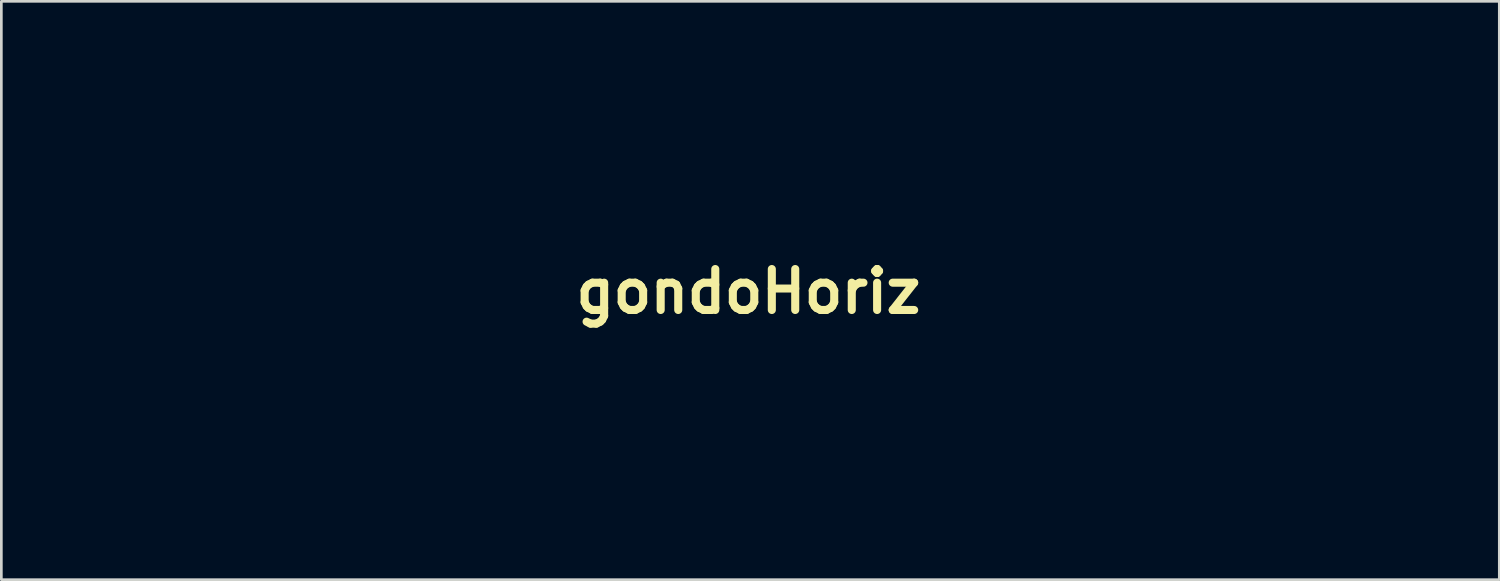
<source format=kicad_pcb>
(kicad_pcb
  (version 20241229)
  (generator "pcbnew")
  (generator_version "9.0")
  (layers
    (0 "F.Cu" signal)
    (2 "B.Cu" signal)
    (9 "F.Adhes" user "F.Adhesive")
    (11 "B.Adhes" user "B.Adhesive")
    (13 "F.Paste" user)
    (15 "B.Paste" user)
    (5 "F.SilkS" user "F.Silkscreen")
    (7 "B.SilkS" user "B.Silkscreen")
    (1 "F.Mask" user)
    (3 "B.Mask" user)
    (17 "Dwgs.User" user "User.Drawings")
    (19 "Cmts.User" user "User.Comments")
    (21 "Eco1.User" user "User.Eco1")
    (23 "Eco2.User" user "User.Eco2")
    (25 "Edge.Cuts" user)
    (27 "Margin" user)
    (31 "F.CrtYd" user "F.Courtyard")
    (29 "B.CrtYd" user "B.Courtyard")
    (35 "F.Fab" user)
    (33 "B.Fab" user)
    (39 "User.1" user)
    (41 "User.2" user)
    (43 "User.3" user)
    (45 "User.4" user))
  (footprint "gondoHoriz"
    (layer "F.Cu")
    (at 24.806 7.798)
    (property "Reference" "gondoHoriz" (at 0 0 0) (layer "F.SilkS") (effects (font (size 1.524 1.524) (thickness 0.3))))
    (attr through_hole)
    (fp_poly (pts (xy 18.118 1.622) (xy 18.174 1.623) (xy 18.215 1.628) (xy 18.25 1.64) (xy 18.288 1.659) (xy 18.347 1.7) (xy 18.401 1.755) (xy 18.446 1.816) (xy 18.474 1.876) (xy 18.477 1.887) (xy 18.48 1.91) (xy 18.483 1.954) (xy 18.485 2.022) (xy 18.486 2.113) (xy 18.488 2.227) (xy 18.489 2.365) (xy 18.49 2.527) (xy 18.491 2.713) (xy 18.491 2.924) (xy 18.491 3.121) (xy 18.491 3.327) (xy 18.491 3.51) (xy 18.491 3.67) (xy 18.491 3.809) (xy 18.49 3.93) (xy 18.489 4.032) (xy 18.487 4.119) (xy 18.485 4.192) (xy 18.482 4.251) (xy 18.478 4.299) (xy 18.473 4.338) (xy 18.467 4.368) (xy 18.46 4.392) (xy 18.451 4.411) (xy 18.442 4.427) (xy 18.43 4.44) (xy 18.417 4.454) (xy 18.403 4.468) (xy 18.402 4.47) (xy 18.362 4.504) (xy 18.312 4.538) (xy 18.276 4.559) (xy 18.229 4.581) (xy 18.187 4.592) (xy 18.14 4.597) (xy 18.107 4.597) (xy 18.053 4.594) (xy 18.002 4.588) (xy 17.967 4.579) (xy 17.89 4.538) (xy 17.821 4.474) (xy 17.783 4.423) (xy 17.736 4.352) (xy 17.732 3.132) (xy 17.731 2.906) (xy 17.731 2.704) (xy 17.731 2.527) (xy 17.731 2.372) (xy 17.732 2.239) (xy 17.733 2.128) (xy 17.734 2.037) (xy 17.736 1.966) (xy 17.737 1.914) (xy 17.74 1.879) (xy 17.742 1.862) (xy 17.768 1.809) (xy 17.813 1.754) (xy 17.871 1.703) (xy 17.937 1.661) (xy 17.938 1.66) (xy 17.982 1.64) (xy 18.019 1.628) (xy 18.061 1.623) (xy 18.117 1.621) (xy 18.118 1.622)) (stroke (width 0.01) (type solid)) (fill yes) (layer "F.Mask"))
    (fp_poly (pts (xy 11.661 -3.695) (xy 11.733 -3.692) (xy 11.787 -3.683) (xy 11.819 -3.671) (xy 11.873 -3.638) (xy 11.928 -3.589) (xy 11.977 -3.532) (xy 12.006 -3.487) (xy 12.033 -3.435) (xy 12.037 -2.23) (xy 12.037 -2.021) (xy 12.038 -1.836) (xy 12.038 -1.673) (xy 12.038 -1.531) (xy 12.038 -1.408) (xy 12.037 -1.303) (xy 12.036 -1.214) (xy 12.034 -1.139) (xy 12.031 -1.078) (xy 12.027 -1.028) (xy 12.022 -0.988) (xy 12.016 -0.956) (xy 12.009 -0.931) (xy 12.001 -0.911) (xy 11.991 -0.895) (xy 11.98 -0.881) (xy 11.967 -0.868) (xy 11.952 -0.854) (xy 11.945 -0.848) (xy 11.867 -0.784) (xy 11.783 -0.743) (xy 11.689 -0.725) (xy 11.65 -0.724) (xy 11.587 -0.726) (xy 11.538 -0.735) (xy 11.493 -0.751) (xy 11.486 -0.754) (xy 11.423 -0.795) (xy 11.363 -0.853) (xy 11.315 -0.92) (xy 11.302 -0.946) (xy 11.298 -0.956) (xy 11.294 -0.967) (xy 11.291 -0.981) (xy 11.289 -1.001) (xy 11.286 -1.027) (xy 11.284 -1.061) (xy 11.283 -1.105) (xy 11.282 -1.16) (xy 11.28 -1.228) (xy 11.28 -1.31) (xy 11.279 -1.408) (xy 11.279 -1.523) (xy 11.278 -1.658) (xy 11.278 -1.813) (xy 11.278 -1.99) (xy 11.278 -2.19) (xy 11.278 -2.213) (xy 11.278 -2.421) (xy 11.278 -2.605) (xy 11.278 -2.766) (xy 11.278 -2.906) (xy 11.279 -3.028) (xy 11.279 -3.132) (xy 11.281 -3.219) (xy 11.283 -3.293) (xy 11.286 -3.353) (xy 11.289 -3.402) (xy 11.294 -3.44) (xy 11.299 -3.471) (xy 11.305 -3.495) (xy 11.313 -3.513) (xy 11.322 -3.528) (xy 11.332 -3.541) (xy 11.344 -3.553) (xy 11.358 -3.567) (xy 11.364 -3.573) (xy 11.402 -3.606) (xy 11.451 -3.64) (xy 11.484 -3.659) (xy 11.525 -3.678) (xy 11.562 -3.689) (xy 11.604 -3.694) (xy 11.661 -3.695) (xy 11.661 -3.695)) (stroke (width 0.01) (type solid)) (fill yes) (layer "F.Mask"))
    (fp_poly (pts (xy 6.174 -3.694) (xy 6.317 -3.693) (xy 6.388 -3.693) (xy 7.029 -3.689) (xy 7.144 -3.654) (xy 7.286 -3.601) (xy 7.418 -3.535) (xy 7.536 -3.459) (xy 7.637 -3.373) (xy 7.717 -3.282) (xy 7.733 -3.258) (xy 7.753 -3.228) (xy 7.77 -3.2) (xy 7.785 -3.174) (xy 7.797 -3.147) (xy 7.807 -3.117) (xy 7.816 -3.081) (xy 7.822 -3.039) (xy 7.827 -2.988) (xy 7.831 -2.926) (xy 7.833 -2.851) (xy 7.834 -2.761) (xy 7.835 -2.653) (xy 7.835 -2.527) (xy 7.834 -2.38) (xy 7.834 -2.21) (xy 7.833 -2.172) (xy 7.83 -1.34) (xy 7.786 -1.252) (xy 7.755 -1.197) (xy 7.715 -1.142) (xy 7.661 -1.082) (xy 7.634 -1.054) (xy 7.541 -0.971) (xy 7.44 -0.901) (xy 7.327 -0.842) (xy 7.197 -0.792) (xy 7.089 -0.759) (xy 7.066 -0.753) (xy 7.042 -0.747) (xy 7.017 -0.743) (xy 6.987 -0.74) (xy 6.95 -0.737) (xy 6.903 -0.735) (xy 6.844 -0.733) (xy 6.771 -0.732) (xy 6.68 -0.731) (xy 6.571 -0.73) (xy 6.44 -0.729) (xy 6.369 -0.729) (xy 6.243 -0.729) (xy 6.122 -0.729) (xy 6.01 -0.729) (xy 5.908 -0.73) (xy 5.821 -0.732) (xy 5.75 -0.733) (xy 5.699 -0.735) (xy 5.671 -0.737) (xy 5.671 -0.737) (xy 5.537 -0.767) (xy 5.399 -0.814) (xy 5.265 -0.876) (xy 5.142 -0.948) (xy 5.099 -0.979) (xy 5.006 -1.064) (xy 4.925 -1.164) (xy 4.872 -1.257) (xy 4.832 -1.34) (xy 4.832 -2.959) (xy 5.537 -2.959) (xy 5.537 -1.46) (xy 7.112 -1.46) (xy 7.112 -2.959) (xy 5.537 -2.959) (xy 4.832 -2.959) (xy 4.832 -3.094) (xy 4.88 -3.19) (xy 4.939 -3.284) (xy 5.019 -3.374) (xy 5.118 -3.457) (xy 5.23 -3.531) (xy 5.353 -3.592) (xy 5.461 -3.632) (xy 5.507 -3.646) (xy 5.55 -3.658) (xy 5.591 -3.668) (xy 5.633 -3.676) (xy 5.678 -3.682) (xy 5.73 -3.687) (xy 5.791 -3.69) (xy 5.863 -3.693) (xy 5.949 -3.694) (xy 6.052 -3.694) (xy 6.174 -3.694)) (stroke (width 0.01) (type solid)) (fill yes) (layer "F.Mask"))
    (fp_poly (pts (xy 13.117 1.616) (xy 13.224 1.619) (xy 13.316 1.623) (xy 13.395 1.63) (xy 13.464 1.638) (xy 13.524 1.649) (xy 13.578 1.661) (xy 13.588 1.664) (xy 13.733 1.714) (xy 13.867 1.78) (xy 13.987 1.86) (xy 14.092 1.951) (xy 14.176 2.051) (xy 14.231 2.14) (xy 14.281 2.242) (xy 14.281 3.105) (xy 14.281 3.279) (xy 14.281 3.429) (xy 14.281 3.558) (xy 14.28 3.667) (xy 14.279 3.758) (xy 14.277 3.834) (xy 14.274 3.897) (xy 14.27 3.947) (xy 14.265 3.988) (xy 14.258 4.022) (xy 14.249 4.049) (xy 14.239 4.073) (xy 14.226 4.095) (xy 14.211 4.117) (xy 14.193 4.141) (xy 14.179 4.16) (xy 14.09 4.267) (xy 13.984 4.358) (xy 13.858 4.435) (xy 13.849 4.44) (xy 13.783 4.473) (xy 13.722 4.502) (xy 13.664 4.525) (xy 13.606 4.545) (xy 13.545 4.56) (xy 13.478 4.572) (xy 13.403 4.582) (xy 13.317 4.588) (xy 13.217 4.592) (xy 13.1 4.595) (xy 12.964 4.596) (xy 12.806 4.596) (xy 12.771 4.596) (xy 12.651 4.595) (xy 12.537 4.594) (xy 12.431 4.593) (xy 12.336 4.591) (xy 12.255 4.589) (xy 12.193 4.587) (xy 12.15 4.585) (xy 12.136 4.583) (xy 11.981 4.551) (xy 11.834 4.501) (xy 11.698 4.436) (xy 11.576 4.357) (xy 11.47 4.266) (xy 11.383 4.164) (xy 11.318 4.055) (xy 11.284 3.981) (xy 11.284 2.362) (xy 11.989 2.362) (xy 11.989 3.861) (xy 13.564 3.861) (xy 13.564 2.362) (xy 11.989 2.362) (xy 11.284 2.362) (xy 11.284 2.228) (xy 11.332 2.131) (xy 11.388 2.042) (xy 11.465 1.954) (xy 11.558 1.872) (xy 11.664 1.799) (xy 11.778 1.738) (xy 11.881 1.697) (xy 11.935 1.679) (xy 11.984 1.665) (xy 12.029 1.653) (xy 12.074 1.643) (xy 12.122 1.636) (xy 12.176 1.63) (xy 12.24 1.626) (xy 12.316 1.623) (xy 12.408 1.62) (xy 12.518 1.618) (xy 12.65 1.617) (xy 12.676 1.616) (xy 12.845 1.615) (xy 12.991 1.615) (xy 13.117 1.616)) (stroke (width 0.01) (type solid)) (fill yes) (layer "F.Mask"))
    (fp_poly (pts (xy -4.394 1.629) (xy -4.32 1.653) (xy -4.255 1.698) (xy -4.215 1.738) (xy -4.198 1.756) (xy -4.183 1.772) (xy -4.171 1.787) (xy -4.16 1.803) (xy -4.15 1.822) (xy -4.143 1.845) (xy -4.136 1.874) (xy -4.131 1.911) (xy -4.127 1.958) (xy -4.124 2.016) (xy -4.122 2.088) (xy -4.12 2.175) (xy -4.119 2.278) (xy -4.118 2.4) (xy -4.117 2.543) (xy -4.116 2.707) (xy -4.115 2.864) (xy -4.108 3.854) (xy -3.111 3.861) (xy -2.929 3.862) (xy -2.77 3.863) (xy -2.633 3.864) (xy -2.516 3.865) (xy -2.417 3.866) (xy -2.335 3.868) (xy -2.268 3.869) (xy -2.214 3.871) (xy -2.172 3.873) (xy -2.139 3.875) (xy -2.114 3.878) (xy -2.095 3.881) (xy -2.081 3.884) (xy -2.069 3.889) (xy -2.058 3.893) (xy -2.057 3.894) (xy -1.98 3.943) (xy -1.915 4.015) (xy -1.882 4.069) (xy -1.865 4.106) (xy -1.854 4.142) (xy -1.849 4.184) (xy -1.848 4.242) (xy -1.849 4.298) (xy -1.853 4.338) (xy -1.862 4.369) (xy -1.878 4.401) (xy -1.883 4.409) (xy -1.938 4.48) (xy -2.013 4.54) (xy -2.072 4.572) (xy -2.082 4.576) (xy -2.093 4.58) (xy -2.106 4.583) (xy -2.124 4.586) (xy -2.148 4.588) (xy -2.178 4.59) (xy -2.218 4.592) (xy -2.268 4.593) (xy -2.331 4.594) (xy -2.407 4.595) (xy -2.498 4.595) (xy -2.605 4.596) (xy -2.732 4.596) (xy -2.877 4.596) (xy -3.045 4.596) (xy -3.235 4.596) (xy -3.353 4.596) (xy -3.537 4.596) (xy -3.712 4.595) (xy -3.876 4.595) (xy -4.028 4.594) (xy -4.167 4.593) (xy -4.29 4.591) (xy -4.396 4.59) (xy -4.483 4.589) (xy -4.551 4.587) (xy -4.596 4.585) (xy -4.617 4.584) (xy -4.618 4.584) (xy -4.661 4.563) (xy -4.709 4.525) (xy -4.757 4.477) (xy -4.8 4.425) (xy -4.82 4.392) (xy -4.858 4.324) (xy -4.858 1.886) (xy -4.82 1.818) (xy -4.774 1.752) (xy -4.714 1.698) (xy -4.636 1.651) (xy -4.594 1.633) (xy -4.55 1.624) (xy -4.492 1.621) (xy -4.482 1.621) (xy -4.394 1.629)) (stroke (width 0.01) (type solid)) (fill yes) (layer "F.Mask"))
    (fp_poly (pts (xy 7.623 1.649) (xy 7.682 1.688) (xy 7.738 1.743) (xy 7.786 1.806) (xy 7.817 1.869) (xy 7.818 1.871) (xy 7.832 1.942) (xy 7.833 2.02) (xy 7.821 2.097) (xy 7.8 2.154) (xy 7.761 2.211) (xy 7.703 2.266) (xy 7.635 2.313) (xy 7.608 2.327) (xy 7.592 2.335) (xy 7.575 2.341) (xy 7.554 2.346) (xy 7.528 2.35) (xy 7.493 2.353) (xy 7.446 2.355) (xy 7.383 2.357) (xy 7.304 2.358) (xy 7.203 2.359) (xy 7.128 2.36) (xy 6.706 2.364) (xy 6.703 3.344) (xy 6.702 3.525) (xy 6.701 3.682) (xy 6.701 3.818) (xy 6.7 3.933) (xy 6.699 4.03) (xy 6.698 4.111) (xy 6.697 4.176) (xy 6.695 4.229) (xy 6.694 4.271) (xy 6.691 4.303) (xy 6.689 4.327) (xy 6.685 4.345) (xy 6.682 4.359) (xy 6.677 4.371) (xy 6.673 4.381) (xy 6.638 4.436) (xy 6.587 4.491) (xy 6.529 4.54) (xy 6.473 4.573) (xy 6.404 4.593) (xy 6.325 4.599) (xy 6.244 4.591) (xy 6.172 4.569) (xy 6.162 4.564) (xy 6.091 4.516) (xy 6.029 4.448) (xy 5.982 4.368) (xy 5.978 4.357) (xy 5.974 4.345) (xy 5.97 4.33) (xy 5.967 4.311) (xy 5.965 4.285) (xy 5.962 4.251) (xy 5.961 4.208) (xy 5.959 4.152) (xy 5.958 4.084) (xy 5.958 4) (xy 5.957 3.899) (xy 5.957 3.78) (xy 5.957 3.64) (xy 5.957 3.477) (xy 5.957 3.338) (xy 5.956 2.364) (xy 5.528 2.36) (xy 5.411 2.359) (xy 5.318 2.358) (xy 5.243 2.356) (xy 5.186 2.354) (xy 5.142 2.352) (xy 5.11 2.349) (xy 5.085 2.344) (xy 5.066 2.339) (xy 5.049 2.332) (xy 5.041 2.329) (xy 4.966 2.281) (xy 4.901 2.214) (xy 4.858 2.146) (xy 4.841 2.108) (xy 4.831 2.07) (xy 4.827 2.023) (xy 4.826 1.978) (xy 4.827 1.923) (xy 4.832 1.883) (xy 4.842 1.85) (xy 4.86 1.815) (xy 4.864 1.807) (xy 4.903 1.754) (xy 4.956 1.705) (xy 5.029 1.658) (xy 5.055 1.643) (xy 5.063 1.639) (xy 5.073 1.636) (xy 5.086 1.633) (xy 5.104 1.63) (xy 5.128 1.628) (xy 5.16 1.626) (xy 5.201 1.624) (xy 5.254 1.623) (xy 5.319 1.622) (xy 5.398 1.621) (xy 5.492 1.62) (xy 5.604 1.62) (xy 5.734 1.62) (xy 5.885 1.619) (xy 6.057 1.619) (xy 6.252 1.619) (xy 6.331 1.619) (xy 7.563 1.619) (xy 7.623 1.649)) (stroke (width 0.01) (type solid)) (fill yes) (layer "F.Mask"))
    (fp_poly (pts (xy 14.909 1.621) (xy 14.941 1.623) (xy 14.972 1.628) (xy 15.002 1.638) (xy 15.034 1.653) (xy 15.07 1.675) (xy 15.111 1.706) (xy 15.159 1.747) (xy 15.217 1.799) (xy 15.285 1.864) (xy 15.367 1.942) (xy 15.463 2.036) (xy 15.553 2.125) (xy 15.659 2.229) (xy 15.776 2.343) (xy 15.897 2.462) (xy 16.02 2.582) (xy 16.139 2.699) (xy 16.25 2.808) (xy 16.349 2.904) (xy 16.377 2.931) (xy 16.758 3.302) (xy 16.77 1.899) (xy 16.806 1.826) (xy 16.856 1.75) (xy 16.923 1.689) (xy 16.992 1.648) (xy 17.048 1.631) (xy 17.117 1.622) (xy 17.19 1.622) (xy 17.256 1.631) (xy 17.286 1.641) (xy 17.343 1.675) (xy 17.401 1.725) (xy 17.451 1.783) (xy 17.473 1.815) (xy 17.507 1.873) (xy 17.507 4.35) (xy 17.472 4.409) (xy 17.416 4.481) (xy 17.34 4.541) (xy 17.278 4.574) (xy 17.235 4.589) (xy 17.191 4.596) (xy 17.135 4.596) (xy 17.128 4.595) (xy 17.091 4.593) (xy 17.058 4.588) (xy 17.027 4.581) (xy 16.996 4.568) (xy 16.962 4.549) (xy 16.924 4.523) (xy 16.879 4.486) (xy 16.826 4.439) (xy 16.763 4.38) (xy 16.687 4.307) (xy 16.596 4.218) (xy 16.523 4.146) (xy 16.396 4.021) (xy 16.27 3.897) (xy 16.145 3.775) (xy 16.023 3.655) (xy 15.906 3.54) (xy 15.794 3.431) (xy 15.689 3.328) (xy 15.592 3.234) (xy 15.504 3.15) (xy 15.428 3.076) (xy 15.363 3.014) (xy 15.312 2.965) (xy 15.276 2.931) (xy 15.256 2.913) (xy 15.252 2.91) (xy 15.249 2.922) (xy 15.247 2.958) (xy 15.245 3.018) (xy 15.243 3.101) (xy 15.242 3.206) (xy 15.241 3.333) (xy 15.24 3.48) (xy 15.24 3.607) (xy 15.24 3.778) (xy 15.239 3.924) (xy 15.238 4.047) (xy 15.237 4.148) (xy 15.235 4.228) (xy 15.232 4.288) (xy 15.229 4.331) (xy 15.226 4.355) (xy 15.225 4.359) (xy 15.196 4.418) (xy 15.148 4.476) (xy 15.085 4.529) (xy 15.039 4.557) (xy 14.994 4.579) (xy 14.957 4.591) (xy 14.915 4.596) (xy 14.87 4.596) (xy 14.817 4.594) (xy 14.768 4.588) (xy 14.735 4.581) (xy 14.687 4.557) (xy 14.636 4.517) (xy 14.586 4.465) (xy 14.546 4.41) (xy 14.541 4.402) (xy 14.504 4.337) (xy 14.504 3.111) (xy 14.503 1.885) (xy 14.537 1.817) (xy 14.576 1.758) (xy 14.631 1.706) (xy 14.708 1.657) (xy 14.726 1.648) (xy 14.765 1.632) (xy 14.813 1.624) (xy 14.873 1.621) (xy 14.909 1.621)) (stroke (width 0.01) (type solid)) (fill yes) (layer "F.Mask"))
    (fp_poly (pts (xy 8.512 -3.69) (xy 8.58 -3.669) (xy 8.639 -3.632) (xy 8.688 -3.584) (xy 8.706 -3.564) (xy 8.722 -3.547) (xy 8.735 -3.531) (xy 8.747 -3.513) (xy 8.757 -3.493) (xy 8.765 -3.469) (xy 8.771 -3.438) (xy 8.777 -3.399) (xy 8.781 -3.35) (xy 8.783 -3.29) (xy 8.786 -3.216) (xy 8.787 -3.127) (xy 8.788 -3.021) (xy 8.788 -2.896) (xy 8.788 -2.751) (xy 8.788 -2.583) (xy 8.788 -2.442) (xy 8.788 -1.461) (xy 9.789 -1.458) (xy 9.972 -1.457) (xy 10.132 -1.456) (xy 10.27 -1.456) (xy 10.388 -1.455) (xy 10.488 -1.454) (xy 10.571 -1.453) (xy 10.638 -1.451) (xy 10.693 -1.45) (xy 10.735 -1.448) (xy 10.768 -1.446) (xy 10.793 -1.443) (xy 10.812 -1.44) (xy 10.826 -1.436) (xy 10.837 -1.432) (xy 10.839 -1.431) (xy 10.904 -1.391) (xy 10.965 -1.332) (xy 11.015 -1.262) (xy 11.021 -1.251) (xy 11.039 -1.214) (xy 11.049 -1.179) (xy 11.054 -1.137) (xy 11.055 -1.079) (xy 11.054 -1.019) (xy 11.048 -0.975) (xy 11.037 -0.94) (xy 11.027 -0.919) (xy 10.987 -0.863) (xy 10.931 -0.809) (xy 10.865 -0.763) (xy 10.84 -0.749) (xy 10.83 -0.745) (xy 10.82 -0.741) (xy 10.807 -0.738) (xy 10.791 -0.735) (xy 10.768 -0.733) (xy 10.738 -0.731) (xy 10.7 -0.729) (xy 10.651 -0.728) (xy 10.591 -0.727) (xy 10.517 -0.726) (xy 10.428 -0.725) (xy 10.322 -0.725) (xy 10.199 -0.724) (xy 10.056 -0.724) (xy 9.891 -0.724) (xy 9.704 -0.724) (xy 9.55 -0.724) (xy 9.344 -0.724) (xy 9.163 -0.724) (xy 9.004 -0.725) (xy 8.865 -0.725) (xy 8.746 -0.725) (xy 8.645 -0.726) (xy 8.559 -0.727) (xy 8.489 -0.728) (xy 8.431 -0.729) (xy 8.385 -0.731) (xy 8.348 -0.732) (xy 8.321 -0.735) (xy 8.3 -0.737) (xy 8.284 -0.74) (xy 8.272 -0.743) (xy 8.263 -0.747) (xy 8.261 -0.748) (xy 8.213 -0.778) (xy 8.162 -0.825) (xy 8.115 -0.88) (xy 8.079 -0.937) (xy 8.078 -0.938) (xy 8.074 -0.947) (xy 8.07 -0.957) (xy 8.066 -0.969) (xy 8.064 -0.984) (xy 8.061 -1.006) (xy 8.059 -1.034) (xy 8.057 -1.07) (xy 8.056 -1.117) (xy 8.055 -1.175) (xy 8.054 -1.247) (xy 8.053 -1.333) (xy 8.052 -1.436) (xy 8.052 -1.556) (xy 8.052 -1.696) (xy 8.052 -1.857) (xy 8.052 -2.04) (xy 8.052 -2.213) (xy 8.052 -3.437) (xy 8.084 -3.502) (xy 8.127 -3.564) (xy 8.189 -3.621) (xy 8.262 -3.666) (xy 8.285 -3.677) (xy 8.326 -3.687) (xy 8.382 -3.694) (xy 8.428 -3.696) (xy 8.512 -3.69)) (stroke (width 0.01) (type solid)) (fill yes) (layer "F.Mask"))
    (fp_poly (pts (xy -3.165 -3.697) (xy -3.046 -3.696) (xy -2.935 -3.693) (xy -2.836 -3.69) (xy -2.751 -3.687) (xy -2.685 -3.682) (xy -2.639 -3.677) (xy -2.632 -3.676) (xy -2.49 -3.637) (xy -2.353 -3.584) (xy -2.227 -3.517) (xy -2.115 -3.439) (xy -2.02 -3.353) (xy -1.947 -3.261) (xy -1.946 -3.26) (xy -1.926 -3.229) (xy -1.909 -3.201) (xy -1.894 -3.175) (xy -1.881 -3.148) (xy -1.871 -3.118) (xy -1.863 -3.083) (xy -1.856 -3.042) (xy -1.851 -2.991) (xy -1.847 -2.93) (xy -1.845 -2.855) (xy -1.843 -2.766) (xy -1.842 -2.659) (xy -1.842 -2.533) (xy -1.841 -2.386) (xy -1.841 -2.216) (xy -1.841 -2.21) (xy -1.842 -2.045) (xy -1.842 -1.904) (xy -1.842 -1.785) (xy -1.843 -1.684) (xy -1.843 -1.601) (xy -1.844 -1.534) (xy -1.846 -1.479) (xy -1.848 -1.436) (xy -1.85 -1.403) (xy -1.853 -1.376) (xy -1.857 -1.355) (xy -1.861 -1.337) (xy -1.865 -1.322) (xy -1.899 -1.244) (xy -1.951 -1.161) (xy -2.018 -1.077) (xy -2.081 -1.014) (xy -2.163 -0.949) (xy -2.265 -0.888) (xy -2.381 -0.833) (xy -2.503 -0.787) (xy -2.625 -0.753) (xy -2.71 -0.738) (xy -2.751 -0.734) (xy -2.813 -0.731) (xy -2.893 -0.728) (xy -2.988 -0.726) (xy -3.094 -0.725) (xy -3.208 -0.725) (xy -3.327 -0.724) (xy -3.446 -0.725) (xy -3.564 -0.726) (xy -3.676 -0.728) (xy -3.779 -0.73) (xy -3.87 -0.732) (xy -3.945 -0.735) (xy -4.002 -0.739) (xy -4.034 -0.743) (xy -4.191 -0.782) (xy -4.346 -0.842) (xy -4.49 -0.919) (xy -4.585 -0.985) (xy -4.677 -1.068) (xy -4.753 -1.164) (xy -4.81 -1.266) (xy -4.845 -1.372) (xy -4.851 -1.406) (xy -4.854 -1.438) (xy -4.856 -1.492) (xy -4.858 -1.566) (xy -4.86 -1.656) (xy -4.861 -1.76) (xy -4.862 -1.875) (xy -4.863 -1.998) (xy -4.863 -2.126) (xy -4.863 -2.256) (xy -4.863 -2.385) (xy -4.863 -2.51) (xy -4.862 -2.628) (xy -4.86 -2.737) (xy -4.859 -2.833) (xy -4.857 -2.914) (xy -4.855 -2.959) (xy -4.14 -2.959) (xy -4.14 -1.46) (xy -2.565 -1.46) (xy -2.565 -2.959) (xy -4.14 -2.959) (xy -4.855 -2.959) (xy -4.855 -2.976) (xy -4.852 -3.017) (xy -4.851 -3.027) (xy -4.834 -3.107) (xy -4.806 -3.179) (xy -4.764 -3.248) (xy -4.705 -3.32) (xy -4.661 -3.365) (xy -4.538 -3.471) (xy -4.403 -3.557) (xy -4.252 -3.622) (xy -4.086 -3.669) (xy -4.051 -3.676) (xy -4.009 -3.681) (xy -3.944 -3.686) (xy -3.862 -3.69) (xy -3.764 -3.693) (xy -3.655 -3.695) (xy -3.537 -3.697) (xy -3.414 -3.698) (xy -3.288 -3.698) (xy -3.165 -3.697)) (stroke (width 0.01) (type solid)) (fill yes) (layer "F.Mask"))
    (fp_poly (pts (xy -5.28 1.649) (xy -5.222 1.687) (xy -5.165 1.742) (xy -5.117 1.805) (xy -5.097 1.839) (xy -5.084 1.876) (xy -5.076 1.925) (xy -5.074 1.992) (xy -5.074 1.994) (xy -5.075 2.05) (xy -5.079 2.09) (xy -5.088 2.122) (xy -5.104 2.154) (xy -5.109 2.161) (xy -5.167 2.237) (xy -5.247 2.3) (xy -5.296 2.328) (xy -5.353 2.356) (xy -6.347 2.359) (xy -7.341 2.363) (xy -7.338 2.55) (xy -7.334 2.737) (xy -6.528 2.743) (xy -6.36 2.744) (xy -6.216 2.746) (xy -6.093 2.747) (xy -5.99 2.748) (xy -5.904 2.75) (xy -5.834 2.753) (xy -5.777 2.757) (xy -5.732 2.761) (xy -5.697 2.767) (xy -5.669 2.775) (xy -5.646 2.784) (xy -5.628 2.795) (xy -5.611 2.808) (xy -5.594 2.823) (xy -5.575 2.84) (xy -5.517 2.906) (xy -5.48 2.981) (xy -5.463 3.07) (xy -5.461 3.112) (xy -5.469 3.205) (xy -5.496 3.282) (xy -5.542 3.347) (xy -5.61 3.403) (xy -5.683 3.444) (xy -5.759 3.48) (xy -6.55 3.48) (xy -7.341 3.48) (xy -7.341 3.861) (xy -6.365 3.861) (xy -6.175 3.861) (xy -6.01 3.861) (xy -5.866 3.861) (xy -5.742 3.862) (xy -5.636 3.863) (xy -5.548 3.865) (xy -5.474 3.867) (xy -5.414 3.871) (xy -5.365 3.876) (xy -5.326 3.882) (xy -5.295 3.889) (xy -5.27 3.898) (xy -5.25 3.909) (xy -5.232 3.922) (xy -5.216 3.937) (xy -5.199 3.954) (xy -5.187 3.967) (xy -5.123 4.046) (xy -5.085 4.131) (xy -5.07 4.224) (xy -5.07 4.267) (xy -5.077 4.318) (xy -5.088 4.365) (xy -5.098 4.392) (xy -5.137 4.448) (xy -5.192 4.503) (xy -5.255 4.549) (xy -5.287 4.567) (xy -5.353 4.597) (xy -6.579 4.596) (xy -6.789 4.596) (xy -6.983 4.595) (xy -7.16 4.595) (xy -7.319 4.594) (xy -7.46 4.592) (xy -7.58 4.591) (xy -7.68 4.589) (xy -7.757 4.588) (xy -7.811 4.586) (xy -7.842 4.584) (xy -7.847 4.583) (xy -7.882 4.565) (xy -7.925 4.532) (xy -7.971 4.489) (xy -8.013 4.441) (xy -8.047 4.396) (xy -8.059 4.375) (xy -8.063 4.366) (xy -8.066 4.356) (xy -8.07 4.343) (xy -8.072 4.325) (xy -8.075 4.301) (xy -8.077 4.27) (xy -8.079 4.23) (xy -8.08 4.18) (xy -8.081 4.117) (xy -8.082 4.04) (xy -8.082 3.948) (xy -8.083 3.84) (xy -8.083 3.713) (xy -8.083 3.565) (xy -8.084 3.397) (xy -8.084 3.205) (xy -8.084 3.105) (xy -8.084 1.886) (xy -8.054 1.825) (xy -8.009 1.761) (xy -7.942 1.7) (xy -7.861 1.649) (xy -7.804 1.619) (xy -5.34 1.619) (xy -5.28 1.649)) (stroke (width 0.01) (type solid)) (fill yes) (layer "F.Mask"))
    (fp_poly (pts (xy 1.171 1.649) (xy 1.23 1.687) (xy 1.287 1.742) (xy 1.335 1.805) (xy 1.354 1.839) (xy 1.371 1.891) (xy 1.379 1.958) (xy 1.378 2.03) (xy 1.369 2.097) (xy 1.351 2.151) (xy 1.35 2.154) (xy 1.308 2.212) (xy 1.25 2.267) (xy 1.18 2.315) (xy 1.157 2.327) (xy 1.099 2.356) (xy 0.104 2.359) (xy -0.89 2.363) (xy -0.886 2.55) (xy -0.883 2.737) (xy -0.076 2.743) (xy 0.092 2.744) (xy 0.237 2.746) (xy 0.361 2.747) (xy 0.465 2.749) (xy 0.551 2.751) (xy 0.622 2.753) (xy 0.679 2.757) (xy 0.725 2.762) (xy 0.761 2.768) (xy 0.789 2.775) (xy 0.811 2.785) (xy 0.83 2.796) (xy 0.847 2.809) (xy 0.863 2.825) (xy 0.881 2.842) (xy 0.939 2.912) (xy 0.974 2.99) (xy 0.99 3.082) (xy 0.99 3.111) (xy 0.982 3.204) (xy 0.957 3.281) (xy 0.913 3.345) (xy 0.847 3.4) (xy 0.768 3.444) (xy 0.692 3.48) (xy -0.099 3.48) (xy -0.89 3.48) (xy -0.883 3.854) (xy 0.114 3.861) (xy 0.297 3.862) (xy 0.456 3.863) (xy 0.593 3.864) (xy 0.71 3.865) (xy 0.809 3.866) (xy 0.89 3.868) (xy 0.958 3.869) (xy 1.011 3.871) (xy 1.054 3.873) (xy 1.087 3.875) (xy 1.112 3.878) (xy 1.131 3.881) (xy 1.145 3.884) (xy 1.157 3.889) (xy 1.168 3.893) (xy 1.169 3.894) (xy 1.246 3.943) (xy 1.311 4.015) (xy 1.343 4.069) (xy 1.361 4.106) (xy 1.372 4.142) (xy 1.376 4.184) (xy 1.378 4.242) (xy 1.377 4.298) (xy 1.373 4.338) (xy 1.364 4.369) (xy 1.348 4.401) (xy 1.343 4.409) (xy 1.288 4.48) (xy 1.213 4.54) (xy 1.154 4.572) (xy 1.144 4.576) (xy 1.133 4.58) (xy 1.12 4.583) (xy 1.102 4.586) (xy 1.078 4.588) (xy 1.047 4.59) (xy 1.008 4.592) (xy 0.957 4.593) (xy 0.895 4.594) (xy 0.819 4.595) (xy 0.728 4.595) (xy 0.62 4.596) (xy 0.494 4.596) (xy 0.348 4.596) (xy 0.181 4.596) (xy -0.009 4.596) (xy -0.127 4.596) (xy -0.311 4.596) (xy -0.486 4.595) (xy -0.65 4.595) (xy -0.803 4.594) (xy -0.941 4.593) (xy -1.064 4.591) (xy -1.17 4.59) (xy -1.258 4.589) (xy -1.325 4.587) (xy -1.37 4.585) (xy -1.392 4.584) (xy -1.392 4.584) (xy -1.435 4.563) (xy -1.483 4.525) (xy -1.532 4.477) (xy -1.574 4.425) (xy -1.594 4.392) (xy -1.632 4.324) (xy -1.632 1.886) (xy -1.594 1.818) (xy -1.551 1.755) (xy -1.494 1.702) (xy -1.417 1.653) (xy -1.41 1.65) (xy -1.353 1.619) (xy 1.111 1.619) (xy 1.171 1.649)) (stroke (width 0.01) (type solid)) (fill yes) (layer "F.Mask"))
    (fp_poly (pts (xy 9.732 1.614) (xy 9.859 1.615) (xy 9.967 1.616) (xy 10.06 1.618) (xy 10.138 1.621) (xy 10.204 1.624) (xy 10.259 1.629) (xy 10.305 1.634) (xy 10.345 1.641) (xy 10.38 1.648) (xy 10.411 1.658) (xy 10.441 1.668) (xy 10.448 1.67) (xy 10.535 1.711) (xy 10.629 1.767) (xy 10.72 1.834) (xy 10.801 1.906) (xy 10.821 1.927) (xy 10.902 2.028) (xy 10.969 2.146) (xy 11.021 2.276) (xy 11.038 2.337) (xy 11.054 2.43) (xy 11.061 2.535) (xy 11.058 2.644) (xy 11.045 2.746) (xy 11.024 2.832) (xy 10.97 2.958) (xy 10.893 3.077) (xy 10.799 3.188) (xy 10.691 3.285) (xy 10.573 3.365) (xy 10.448 3.425) (xy 10.431 3.431) (xy 10.392 3.445) (xy 10.364 3.455) (xy 10.354 3.46) (xy 10.362 3.469) (xy 10.386 3.492) (xy 10.422 3.526) (xy 10.469 3.569) (xy 10.51 3.606) (xy 10.622 3.707) (xy 10.716 3.794) (xy 10.794 3.868) (xy 10.858 3.931) (xy 10.908 3.985) (xy 10.946 4.033) (xy 10.974 4.075) (xy 10.993 4.114) (xy 11.006 4.151) (xy 11.012 4.189) (xy 11.014 4.229) (xy 11.014 4.238) (xy 11.002 4.33) (xy 10.967 4.413) (xy 10.91 4.485) (xy 10.833 4.544) (xy 10.785 4.569) (xy 10.744 4.586) (xy 10.707 4.594) (xy 10.665 4.597) (xy 10.619 4.595) (xy 10.559 4.588) (xy 10.506 4.574) (xy 10.454 4.55) (xy 10.4 4.513) (xy 10.337 4.46) (xy 10.293 4.42) (xy 10.243 4.373) (xy 10.182 4.316) (xy 10.117 4.257) (xy 10.058 4.203) (xy 10.016 4.164) (xy 9.959 4.112) (xy 9.889 4.048) (xy 9.811 3.977) (xy 9.729 3.901) (xy 9.644 3.823) (xy 9.598 3.781) (xy 9.271 3.48) (xy 8.788 3.48) (xy 8.788 3.902) (xy 8.788 4.017) (xy 8.788 4.109) (xy 8.787 4.182) (xy 8.786 4.238) (xy 8.784 4.281) (xy 8.781 4.313) (xy 8.777 4.337) (xy 8.772 4.356) (xy 8.765 4.373) (xy 8.759 4.388) (xy 8.71 4.464) (xy 8.643 4.525) (xy 8.562 4.569) (xy 8.472 4.592) (xy 8.414 4.596) (xy 8.362 4.593) (xy 8.314 4.588) (xy 8.283 4.581) (xy 8.236 4.557) (xy 8.184 4.517) (xy 8.135 4.465) (xy 8.094 4.41) (xy 8.089 4.402) (xy 8.052 4.337) (xy 8.052 3.111) (xy 8.052 2.362) (xy 8.788 2.362) (xy 8.788 2.743) (xy 10.312 2.743) (xy 10.312 2.362) (xy 8.788 2.362) (xy 8.052 2.362) (xy 8.052 1.885) (xy 8.085 1.817) (xy 8.121 1.762) (xy 8.171 1.713) (xy 8.24 1.666) (xy 8.274 1.647) (xy 8.284 1.641) (xy 8.295 1.637) (xy 8.308 1.633) (xy 8.325 1.63) (xy 8.349 1.627) (xy 8.38 1.625) (xy 8.421 1.623) (xy 8.474 1.621) (xy 8.54 1.62) (xy 8.622 1.619) (xy 8.72 1.618) (xy 8.838 1.617) (xy 8.976 1.616) (xy 9.137 1.616) (xy 9.227 1.615) (xy 9.418 1.615) (xy 9.586 1.614) (xy 9.732 1.614)) (stroke (width 0.01) (type solid)) (fill yes) (layer "F.Mask"))
    (fp_poly (pts (xy 2.26 -3.694) (xy 2.379 -3.694) (xy 2.52 -3.693) (xy 2.626 -3.693) (xy 2.782 -3.692) (xy 2.916 -3.691) (xy 3.029 -3.69) (xy 3.122 -3.689) (xy 3.199 -3.688) (xy 3.262 -3.686) (xy 3.312 -3.684) (xy 3.352 -3.682) (xy 3.384 -3.679) (xy 3.41 -3.675) (xy 3.432 -3.671) (xy 3.453 -3.666) (xy 3.469 -3.661) (xy 3.646 -3.6) (xy 3.817 -3.517) (xy 3.977 -3.417) (xy 4.121 -3.301) (xy 4.229 -3.192) (xy 4.335 -3.061) (xy 4.421 -2.931) (xy 4.49 -2.795) (xy 4.545 -2.645) (xy 4.567 -2.571) (xy 4.58 -2.522) (xy 4.589 -2.48) (xy 4.596 -2.438) (xy 4.599 -2.391) (xy 4.602 -2.332) (xy 4.603 -2.256) (xy 4.603 -2.216) (xy 4.602 -2.101) (xy 4.597 -2.006) (xy 4.587 -1.923) (xy 4.572 -1.848) (xy 4.55 -1.773) (xy 4.52 -1.693) (xy 4.518 -1.689) (xy 4.436 -1.517) (xy 4.333 -1.356) (xy 4.212 -1.209) (xy 4.076 -1.08) (xy 4.02 -1.036) (xy 3.888 -0.944) (xy 3.759 -0.871) (xy 3.63 -0.814) (xy 3.492 -0.772) (xy 3.418 -0.755) (xy 3.386 -0.748) (xy 3.356 -0.743) (xy 3.327 -0.738) (xy 3.296 -0.734) (xy 3.26 -0.731) (xy 3.217 -0.729) (xy 3.165 -0.727) (xy 3.101 -0.726) (xy 3.023 -0.725) (xy 2.929 -0.725) (xy 2.816 -0.724) (xy 2.682 -0.724) (xy 2.565 -0.724) (xy 2.413 -0.724) (xy 2.284 -0.725) (xy 2.176 -0.725) (xy 2.087 -0.726) (xy 2.015 -0.727) (xy 1.958 -0.728) (xy 1.913 -0.73) (xy 1.879 -0.732) (xy 1.854 -0.735) (xy 1.835 -0.739) (xy 1.821 -0.743) (xy 1.809 -0.748) (xy 1.766 -0.775) (xy 1.718 -0.818) (xy 1.671 -0.87) (xy 1.633 -0.923) (xy 1.618 -0.949) (xy 1.614 -0.958) (xy 1.61 -0.968) (xy 1.607 -0.982) (xy 1.604 -1.001) (xy 1.602 -1.026) (xy 1.6 -1.059) (xy 1.599 -1.102) (xy 1.597 -1.155) (xy 1.596 -1.221) (xy 1.595 -1.302) (xy 1.595 -1.398) (xy 1.594 -1.511) (xy 1.594 -1.644) (xy 1.594 -1.797) (xy 1.594 -1.971) (xy 1.594 -2.17) (xy 1.594 -2.959) (xy 2.337 -2.959) (xy 2.337 -1.46) (xy 2.71 -1.46) (xy 2.839 -1.461) (xy 2.945 -1.462) (xy 3.03 -1.465) (xy 3.097 -1.469) (xy 3.148 -1.474) (xy 3.178 -1.478) (xy 3.312 -1.515) (xy 3.438 -1.571) (xy 3.552 -1.643) (xy 3.651 -1.729) (xy 3.735 -1.828) (xy 3.798 -1.936) (xy 3.839 -2.051) (xy 3.841 -2.059) (xy 3.86 -2.188) (xy 3.853 -2.314) (xy 3.822 -2.434) (xy 3.767 -2.548) (xy 3.689 -2.652) (xy 3.577 -2.757) (xy 3.452 -2.841) (xy 3.314 -2.903) (xy 3.185 -2.939) (xy 3.148 -2.945) (xy 3.104 -2.95) (xy 3.05 -2.954) (xy 2.982 -2.957) (xy 2.898 -2.958) (xy 2.793 -2.959) (xy 2.712 -2.959) (xy 2.337 -2.959) (xy 1.594 -2.959) (xy 1.594 -3.423) (xy 1.63 -3.497) (xy 1.675 -3.566) (xy 1.738 -3.623) (xy 1.821 -3.67) (xy 1.826 -3.672) (xy 1.838 -3.678) (xy 1.852 -3.682) (xy 1.869 -3.685) (xy 1.891 -3.688) (xy 1.922 -3.691) (xy 1.962 -3.692) (xy 2.014 -3.694) (xy 2.079 -3.694) (xy 2.16 -3.695) (xy 2.26 -3.694)) (stroke (width 0.01) (type solid)) (fill yes) (layer "F.Mask"))
    (fp_poly (pts (xy -1.172 -3.695) (xy -1.153 -3.692) (xy -1.132 -3.685) (xy -1.109 -3.673) (xy -1.083 -3.657) (xy -1.052 -3.635) (xy -1.015 -3.605) (xy -0.972 -3.568) (xy -0.921 -3.523) (xy -0.861 -3.467) (xy -0.791 -3.402) (xy -0.711 -3.325) (xy -0.619 -3.235) (xy -0.513 -3.133) (xy -0.394 -3.016) (xy -0.26 -2.885) (xy -0.109 -2.738) (xy 0.058 -2.574) (xy 0.072 -2.56) (xy 0.629 -2.016) (xy 0.641 -3.424) (xy 0.68 -3.499) (xy 0.726 -3.568) (xy 0.787 -3.627) (xy 0.856 -3.669) (xy 0.889 -3.681) (xy 0.926 -3.689) (xy 0.978 -3.694) (xy 1.027 -3.696) (xy 1.12 -3.686) (xy 1.198 -3.655) (xy 1.266 -3.603) (xy 1.287 -3.581) (xy 1.302 -3.564) (xy 1.315 -3.549) (xy 1.327 -3.535) (xy 1.337 -3.521) (xy 1.346 -3.504) (xy 1.353 -3.483) (xy 1.359 -3.457) (xy 1.364 -3.423) (xy 1.369 -3.381) (xy 1.372 -3.328) (xy 1.375 -3.264) (xy 1.376 -3.186) (xy 1.378 -3.093) (xy 1.379 -2.984) (xy 1.38 -2.856) (xy 1.38 -2.709) (xy 1.381 -2.54) (xy 1.381 -2.348) (xy 1.381 -2.231) (xy 1.382 -2) (xy 1.382 -1.792) (xy 1.382 -1.606) (xy 1.381 -1.444) (xy 1.381 -1.306) (xy 1.379 -1.191) (xy 1.378 -1.1) (xy 1.376 -1.034) (xy 1.374 -0.993) (xy 1.372 -0.979) (xy 1.34 -0.908) (xy 1.286 -0.841) (xy 1.213 -0.781) (xy 1.175 -0.756) (xy 1.144 -0.74) (xy 1.112 -0.732) (xy 1.068 -0.727) (xy 1.033 -0.726) (xy 1.01 -0.724) (xy 0.99 -0.723) (xy 0.97 -0.722) (xy 0.951 -0.723) (xy 0.932 -0.726) (xy 0.912 -0.732) (xy 0.889 -0.742) (xy 0.863 -0.756) (xy 0.833 -0.776) (xy 0.798 -0.802) (xy 0.757 -0.835) (xy 0.71 -0.876) (xy 0.655 -0.925) (xy 0.591 -0.983) (xy 0.519 -1.052) (xy 0.435 -1.131) (xy 0.341 -1.223) (xy 0.235 -1.326) (xy 0.115 -1.443) (xy -0.018 -1.574) (xy -0.166 -1.719) (xy -0.33 -1.881) (xy -0.511 -2.058) (xy -0.661 -2.206) (xy -0.721 -2.265) (xy -0.775 -2.317) (xy -0.821 -2.36) (xy -0.855 -2.392) (xy -0.875 -2.41) (xy -0.88 -2.413) (xy -0.882 -2.401) (xy -0.883 -2.365) (xy -0.885 -2.309) (xy -0.886 -2.234) (xy -0.887 -2.143) (xy -0.888 -2.038) (xy -0.889 -1.921) (xy -0.889 -1.795) (xy -0.889 -1.705) (xy -0.889 -0.997) (xy -0.919 -0.933) (xy -0.968 -0.858) (xy -1.04 -0.795) (xy -1.105 -0.756) (xy -1.169 -0.734) (xy -1.245 -0.723) (xy -1.323 -0.725) (xy -1.393 -0.739) (xy -1.416 -0.748) (xy -1.459 -0.775) (xy -1.508 -0.818) (xy -1.555 -0.87) (xy -1.593 -0.923) (xy -1.608 -0.949) (xy -1.612 -0.958) (xy -1.616 -0.968) (xy -1.619 -0.982) (xy -1.621 -1.001) (xy -1.624 -1.026) (xy -1.626 -1.059) (xy -1.627 -1.101) (xy -1.628 -1.155) (xy -1.63 -1.221) (xy -1.63 -1.301) (xy -1.631 -1.397) (xy -1.631 -1.51) (xy -1.632 -1.642) (xy -1.632 -1.794) (xy -1.632 -1.969) (xy -1.632 -2.167) (xy -1.632 -3.435) (xy -1.594 -3.504) (xy -1.537 -3.582) (xy -1.465 -3.64) (xy -1.378 -3.678) (xy -1.279 -3.695) (xy -1.254 -3.695) (xy -1.23 -3.696) (xy -1.209 -3.697) (xy -1.19 -3.697) (xy -1.172 -3.695)) (stroke (width 0.01) (type solid)) (fill yes) (layer "F.Mask"))
    (fp_poly (pts (xy -6.041 -3.696) (xy -5.328 -3.695) (xy -5.261 -3.657) (xy -5.182 -3.598) (xy -5.123 -3.524) (xy -5.085 -3.438) (xy -5.069 -3.343) (xy -5.071 -3.29) (xy -5.091 -3.2) (xy -5.134 -3.122) (xy -5.2 -3.054) (xy -5.288 -2.998) (xy -5.295 -2.994) (xy -5.308 -2.988) (xy -5.322 -2.982) (xy -5.339 -2.978) (xy -5.36 -2.974) (xy -5.388 -2.971) (xy -5.425 -2.968) (xy -5.474 -2.966) (xy -5.537 -2.965) (xy -5.616 -2.963) (xy -5.713 -2.962) (xy -5.83 -2.96) (xy -5.971 -2.958) (xy -6.001 -2.958) (xy -6.153 -2.956) (xy -6.282 -2.955) (xy -6.391 -2.953) (xy -6.482 -2.95) (xy -6.557 -2.947) (xy -6.619 -2.943) (xy -6.67 -2.937) (xy -6.713 -2.931) (xy -6.75 -2.922) (xy -6.783 -2.911) (xy -6.816 -2.898) (xy -6.85 -2.882) (xy -6.888 -2.864) (xy -6.89 -2.863) (xy -6.992 -2.803) (xy -7.088 -2.727) (xy -7.172 -2.641) (xy -7.24 -2.549) (xy -7.288 -2.456) (xy -7.289 -2.453) (xy -7.324 -2.329) (xy -7.334 -2.203) (xy -7.321 -2.079) (xy -7.286 -1.959) (xy -7.228 -1.848) (xy -7.207 -1.817) (xy -7.134 -1.735) (xy -7.042 -1.657) (xy -6.936 -1.588) (xy -6.823 -1.531) (xy -6.739 -1.5) (xy -6.709 -1.491) (xy -6.682 -1.484) (xy -6.653 -1.479) (xy -6.62 -1.475) (xy -6.579 -1.471) (xy -6.527 -1.469) (xy -6.461 -1.467) (xy -6.377 -1.465) (xy -6.272 -1.464) (xy -6.227 -1.463) (xy -5.818 -1.458) (xy -5.814 -1.717) (xy -5.813 -1.805) (xy -5.811 -1.873) (xy -5.808 -1.923) (xy -5.804 -1.96) (xy -5.799 -1.989) (xy -5.792 -2.014) (xy -5.782 -2.038) (xy -5.78 -2.042) (xy -5.732 -2.119) (xy -5.666 -2.181) (xy -5.586 -2.227) (xy -5.497 -2.253) (xy -5.41 -2.257) (xy -5.317 -2.239) (xy -5.235 -2.199) (xy -5.166 -2.137) (xy -5.111 -2.053) (xy -5.099 -2.03) (xy -5.066 -1.957) (xy -5.07 -1.464) (xy -5.074 -0.972) (xy -5.109 -0.912) (xy -5.151 -0.856) (xy -5.209 -0.803) (xy -5.272 -0.759) (xy -5.307 -0.742) (xy -5.33 -0.738) (xy -5.375 -0.734) (xy -5.44 -0.731) (xy -5.522 -0.728) (xy -5.618 -0.726) (xy -5.726 -0.725) (xy -5.841 -0.724) (xy -5.963 -0.723) (xy -6.087 -0.723) (xy -6.212 -0.724) (xy -6.334 -0.725) (xy -6.45 -0.726) (xy -6.557 -0.728) (xy -6.654 -0.731) (xy -6.736 -0.734) (xy -6.801 -0.737) (xy -6.847 -0.741) (xy -6.863 -0.744) (xy -7.033 -0.789) (xy -7.199 -0.857) (xy -7.359 -0.943) (xy -7.508 -1.047) (xy -7.644 -1.166) (xy -7.764 -1.297) (xy -7.865 -1.438) (xy -7.93 -1.555) (xy -7.987 -1.684) (xy -8.029 -1.803) (xy -8.057 -1.917) (xy -8.074 -2.037) (xy -8.08 -2.169) (xy -8.081 -2.223) (xy -8.073 -2.39) (xy -8.051 -2.541) (xy -8.012 -2.682) (xy -7.956 -2.816) (xy -7.898 -2.924) (xy -7.78 -3.097) (xy -7.648 -3.249) (xy -7.502 -3.381) (xy -7.341 -3.491) (xy -7.167 -3.58) (xy -7.046 -3.627) (xy -7.004 -3.641) (xy -6.964 -3.653) (xy -6.926 -3.663) (xy -6.885 -3.671) (xy -6.84 -3.678) (xy -6.789 -3.684) (xy -6.729 -3.688) (xy -6.658 -3.691) (xy -6.573 -3.693) (xy -6.473 -3.694) (xy -6.354 -3.695) (xy -6.215 -3.696) (xy -6.053 -3.696) (xy -6.041 -3.696)) (stroke (width 0.01) (type solid)) (fill yes) (layer "F.Mask"))
    (fp_poly (pts (xy 12.672 -3.695) (xy 12.706 -3.693) (xy 12.738 -3.687) (xy 12.77 -3.676) (xy 12.804 -3.659) (xy 12.841 -3.635) (xy 12.885 -3.601) (xy 12.936 -3.556) (xy 12.997 -3.5) (xy 13.071 -3.429) (xy 13.158 -3.344) (xy 13.259 -3.244) (xy 13.356 -3.148) (xy 13.468 -3.039) (xy 13.588 -2.921) (xy 13.712 -2.799) (xy 13.835 -2.678) (xy 13.954 -2.562) (xy 14.062 -2.456) (xy 14.078 -2.441) (xy 14.51 -2.021) (xy 14.516 -2.715) (xy 14.518 -2.87) (xy 14.519 -3.002) (xy 14.521 -3.113) (xy 14.523 -3.205) (xy 14.525 -3.28) (xy 14.528 -3.341) (xy 14.532 -3.389) (xy 14.537 -3.426) (xy 14.543 -3.456) (xy 14.551 -3.48) (xy 14.561 -3.5) (xy 14.572 -3.518) (xy 14.586 -3.536) (xy 14.591 -3.543) (xy 14.654 -3.613) (xy 14.725 -3.66) (xy 14.808 -3.687) (xy 14.903 -3.696) (xy 14.985 -3.69) (xy 15.052 -3.672) (xy 15.11 -3.637) (xy 15.164 -3.586) (xy 15.18 -3.569) (xy 15.195 -3.554) (xy 15.208 -3.54) (xy 15.219 -3.525) (xy 15.228 -3.508) (xy 15.237 -3.487) (xy 15.244 -3.46) (xy 15.249 -3.427) (xy 15.254 -3.385) (xy 15.257 -3.332) (xy 15.26 -3.268) (xy 15.262 -3.191) (xy 15.264 -3.099) (xy 15.264 -2.99) (xy 15.265 -2.864) (xy 15.265 -2.718) (xy 15.265 -2.55) (xy 15.265 -2.361) (xy 15.265 -2.204) (xy 15.265 -2.001) (xy 15.265 -1.822) (xy 15.265 -1.665) (xy 15.265 -1.529) (xy 15.265 -1.412) (xy 15.264 -1.312) (xy 15.263 -1.229) (xy 15.262 -1.16) (xy 15.261 -1.103) (xy 15.26 -1.058) (xy 15.258 -1.023) (xy 15.256 -0.996) (xy 15.253 -0.976) (xy 15.25 -0.961) (xy 15.247 -0.949) (xy 15.243 -0.939) (xy 15.239 -0.931) (xy 15.205 -0.88) (xy 15.155 -0.827) (xy 15.097 -0.78) (xy 15.043 -0.748) (xy 14.988 -0.731) (xy 14.914 -0.724) (xy 14.897 -0.724) (xy 14.827 -0.729) (xy 14.764 -0.745) (xy 14.703 -0.776) (xy 14.639 -0.823) (xy 14.567 -0.889) (xy 14.543 -0.913) (xy 14.502 -0.953) (xy 14.446 -1.008) (xy 14.377 -1.076) (xy 14.296 -1.155) (xy 14.205 -1.244) (xy 14.105 -1.342) (xy 13.999 -1.446) (xy 13.887 -1.555) (xy 13.771 -1.669) (xy 13.741 -1.699) (xy 13.011 -2.413) (xy 13.005 -1.705) (xy 13.003 -1.553) (xy 13.002 -1.424) (xy 13.001 -1.316) (xy 13 -1.228) (xy 12.998 -1.156) (xy 12.996 -1.099) (xy 12.994 -1.054) (xy 12.992 -1.02) (xy 12.988 -0.995) (xy 12.985 -0.975) (xy 12.98 -0.96) (xy 12.975 -0.947) (xy 12.971 -0.94) (xy 12.926 -0.87) (xy 12.861 -0.807) (xy 12.782 -0.757) (xy 12.781 -0.757) (xy 12.738 -0.738) (xy 12.697 -0.728) (xy 12.646 -0.725) (xy 12.622 -0.725) (xy 12.568 -0.728) (xy 12.519 -0.733) (xy 12.484 -0.741) (xy 12.444 -0.761) (xy 12.398 -0.798) (xy 12.351 -0.845) (xy 12.311 -0.896) (xy 12.283 -0.941) (xy 12.255 -0.999) (xy 12.256 -2.204) (xy 12.256 -2.431) (xy 12.256 -2.636) (xy 12.257 -2.82) (xy 12.258 -2.981) (xy 12.259 -3.12) (xy 12.261 -3.236) (xy 12.262 -3.328) (xy 12.264 -3.396) (xy 12.266 -3.439) (xy 12.269 -3.457) (xy 12.292 -3.506) (xy 12.332 -3.558) (xy 12.384 -3.608) (xy 12.441 -3.649) (xy 12.463 -3.661) (xy 12.507 -3.68) (xy 12.548 -3.691) (xy 12.597 -3.695) (xy 12.633 -3.696) (xy 12.672 -3.695)) (stroke (width 0.01) (type solid)) (fill yes) (layer "F.Mask"))
    (fp_poly (pts (xy 3.644 1.615) (xy 3.727 1.615) (xy 3.868 1.616) (xy 3.985 1.617) (xy 4.081 1.618) (xy 4.159 1.619) (xy 4.22 1.621) (xy 4.268 1.622) (xy 4.305 1.625) (xy 4.332 1.628) (xy 4.353 1.632) (xy 4.369 1.636) (xy 4.383 1.642) (xy 4.397 1.649) (xy 4.455 1.687) (xy 4.512 1.742) (xy 4.561 1.805) (xy 4.58 1.839) (xy 4.597 1.891) (xy 4.604 1.958) (xy 4.604 2.03) (xy 4.595 2.097) (xy 4.577 2.151) (xy 4.575 2.154) (xy 4.534 2.212) (xy 4.475 2.267) (xy 4.406 2.315) (xy 4.382 2.327) (xy 4.369 2.334) (xy 4.355 2.339) (xy 4.339 2.344) (xy 4.318 2.347) (xy 4.29 2.35) (xy 4.252 2.353) (xy 4.203 2.355) (xy 4.141 2.357) (xy 4.062 2.358) (xy 3.965 2.36) (xy 3.848 2.361) (xy 3.708 2.363) (xy 3.677 2.363) (xy 3.525 2.365) (xy 3.396 2.366) (xy 3.287 2.368) (xy 3.197 2.371) (xy 3.122 2.374) (xy 3.061 2.378) (xy 3.01 2.383) (xy 2.968 2.389) (xy 2.931 2.397) (xy 2.898 2.408) (xy 2.867 2.42) (xy 2.833 2.434) (xy 2.8 2.45) (xy 2.693 2.511) (xy 2.594 2.588) (xy 2.508 2.677) (xy 2.437 2.774) (xy 2.386 2.874) (xy 2.368 2.928) (xy 2.353 3.013) (xy 2.348 3.109) (xy 2.352 3.205) (xy 2.367 3.291) (xy 2.373 3.315) (xy 2.421 3.424) (xy 2.491 3.526) (xy 2.581 3.619) (xy 2.688 3.701) (xy 2.809 3.769) (xy 2.943 3.821) (xy 2.972 3.83) (xy 2.993 3.835) (xy 3.017 3.839) (xy 3.046 3.843) (xy 3.083 3.847) (xy 3.129 3.849) (xy 3.188 3.852) (xy 3.261 3.854) (xy 3.351 3.855) (xy 3.46 3.857) (xy 3.59 3.859) (xy 3.696 3.86) (xy 3.847 3.862) (xy 3.975 3.863) (xy 4.083 3.865) (xy 4.171 3.868) (xy 4.244 3.871) (xy 4.302 3.875) (xy 4.348 3.882) (xy 4.384 3.89) (xy 4.413 3.9) (xy 4.436 3.913) (xy 4.456 3.929) (xy 4.476 3.948) (xy 4.497 3.971) (xy 4.507 3.983) (xy 4.563 4.056) (xy 4.596 4.132) (xy 4.608 4.216) (xy 4.607 4.268) (xy 4.589 4.36) (xy 4.549 4.439) (xy 4.487 4.506) (xy 4.403 4.561) (xy 4.38 4.572) (xy 4.367 4.577) (xy 4.353 4.582) (xy 4.335 4.586) (xy 4.312 4.589) (xy 4.282 4.591) (xy 4.241 4.593) (xy 4.189 4.594) (xy 4.122 4.595) (xy 4.04 4.596) (xy 3.939 4.596) (xy 3.817 4.596) (xy 3.673 4.596) (xy 3.619 4.596) (xy 3.449 4.596) (xy 3.303 4.595) (xy 3.179 4.594) (xy 3.075 4.592) (xy 2.991 4.59) (xy 2.925 4.587) (xy 2.874 4.584) (xy 2.838 4.581) (xy 2.826 4.579) (xy 2.656 4.535) (xy 2.489 4.469) (xy 2.328 4.382) (xy 2.175 4.277) (xy 2.036 4.157) (xy 1.913 4.023) (xy 1.823 3.899) (xy 1.737 3.742) (xy 1.67 3.574) (xy 1.624 3.398) (xy 1.598 3.217) (xy 1.594 3.036) (xy 1.612 2.859) (xy 1.645 2.713) (xy 1.708 2.54) (xy 1.793 2.376) (xy 1.898 2.222) (xy 2.021 2.081) (xy 2.16 1.955) (xy 2.312 1.846) (xy 2.475 1.756) (xy 2.647 1.688) (xy 2.731 1.664) (xy 2.78 1.652) (xy 2.833 1.642) (xy 2.891 1.634) (xy 2.957 1.628) (xy 3.032 1.623) (xy 3.12 1.619) (xy 3.223 1.616) (xy 3.343 1.615) (xy 3.483 1.614) (xy 3.644 1.615)) (stroke (width 0.01) (type solid)) (fill yes) (layer "F.Mask"))
    (fp_poly (pts (xy 23.647 1.615) (xy 23.832 1.615) (xy 23.844 1.616) (xy 24.016 1.616) (xy 24.164 1.617) (xy 24.291 1.618) (xy 24.398 1.619) (xy 24.488 1.621) (xy 24.561 1.623) (xy 24.621 1.626) (xy 24.668 1.631) (xy 24.706 1.636) (xy 24.736 1.643) (xy 24.759 1.652) (xy 24.778 1.662) (xy 24.794 1.675) (xy 24.81 1.69) (xy 24.828 1.707) (xy 24.833 1.712) (xy 24.887 1.774) (xy 24.922 1.841) (xy 24.939 1.917) (xy 24.943 1.984) (xy 24.939 2.057) (xy 24.929 2.112) (xy 24.919 2.14) (xy 24.887 2.19) (xy 24.839 2.242) (xy 24.781 2.289) (xy 24.722 2.326) (xy 24.716 2.328) (xy 24.705 2.333) (xy 24.693 2.338) (xy 24.68 2.342) (xy 24.662 2.345) (xy 24.639 2.348) (xy 24.608 2.35) (xy 24.568 2.352) (xy 24.516 2.353) (xy 24.453 2.355) (xy 24.374 2.356) (xy 24.28 2.357) (xy 24.167 2.357) (xy 24.035 2.358) (xy 23.881 2.359) (xy 23.704 2.359) (xy 23.67 2.359) (xy 22.682 2.363) (xy 22.682 2.731) (xy 23.295 2.731) (xy 23.422 2.731) (xy 23.545 2.732) (xy 23.661 2.733) (xy 23.766 2.735) (xy 23.858 2.737) (xy 23.934 2.739) (xy 23.99 2.741) (xy 24.022 2.744) (xy 24.194 2.773) (xy 24.353 2.82) (xy 24.498 2.884) (xy 24.628 2.963) (xy 24.739 3.057) (xy 24.832 3.164) (xy 24.89 3.258) (xy 24.936 3.346) (xy 24.936 3.67) (xy 24.936 3.77) (xy 24.936 3.848) (xy 24.935 3.908) (xy 24.933 3.952) (xy 24.929 3.985) (xy 24.925 4.01) (xy 24.919 4.03) (xy 24.911 4.049) (xy 24.91 4.051) (xy 24.847 4.157) (xy 24.761 4.257) (xy 24.655 4.348) (xy 24.531 4.43) (xy 24.39 4.499) (xy 24.238 4.555) (xy 24.124 4.591) (xy 23.165 4.594) (xy 22.978 4.594) (xy 22.815 4.595) (xy 22.674 4.595) (xy 22.554 4.594) (xy 22.453 4.594) (xy 22.37 4.593) (xy 22.303 4.591) (xy 22.251 4.59) (xy 22.211 4.587) (xy 22.184 4.585) (xy 22.166 4.582) (xy 22.16 4.58) (xy 22.096 4.546) (xy 22.035 4.496) (xy 21.985 4.436) (xy 21.949 4.373) (xy 21.938 4.334) (xy 21.933 4.285) (xy 21.934 4.226) (xy 21.94 4.164) (xy 21.949 4.109) (xy 21.962 4.07) (xy 21.963 4.068) (xy 22.003 4.011) (xy 22.063 3.955) (xy 22.136 3.906) (xy 22.139 3.904) (xy 22.206 3.867) (xy 23.2 3.864) (xy 24.194 3.86) (xy 24.194 3.48) (xy 23.522 3.48) (xy 23.362 3.48) (xy 23.226 3.479) (xy 23.109 3.478) (xy 23.011 3.477) (xy 22.929 3.474) (xy 22.86 3.471) (xy 22.801 3.467) (xy 22.751 3.461) (xy 22.707 3.453) (xy 22.666 3.444) (xy 22.627 3.433) (xy 22.586 3.42) (xy 22.56 3.412) (xy 22.417 3.353) (xy 22.287 3.278) (xy 22.172 3.191) (xy 22.076 3.093) (xy 22.012 3.004) (xy 21.987 2.959) (xy 21.968 2.916) (xy 21.953 2.871) (xy 21.944 2.819) (xy 21.937 2.755) (xy 21.934 2.675) (xy 21.933 2.576) (xy 21.933 2.545) (xy 21.933 2.454) (xy 21.934 2.383) (xy 21.937 2.329) (xy 21.941 2.287) (xy 21.946 2.252) (xy 21.954 2.22) (xy 21.958 2.206) (xy 22.002 2.107) (xy 22.067 2.012) (xy 22.153 1.923) (xy 22.257 1.841) (xy 22.375 1.77) (xy 22.506 1.71) (xy 22.646 1.665) (xy 22.654 1.663) (xy 22.694 1.653) (xy 22.735 1.645) (xy 22.78 1.637) (xy 22.829 1.631) (xy 22.885 1.626) (xy 22.951 1.622) (xy 23.027 1.619) (xy 23.117 1.617) (xy 23.221 1.616) (xy 23.343 1.615) (xy 23.484 1.615) (xy 23.647 1.615)) (stroke (width 0.01) (type solid)) (fill yes) (layer "F.Mask"))
    (fp_poly (pts (xy 20.815 1.615) (xy 20.847 1.615) (xy 20.992 1.616) (xy 21.114 1.617) (xy 21.215 1.619) (xy 21.298 1.621) (xy 21.365 1.624) (xy 21.418 1.628) (xy 21.459 1.634) (xy 21.492 1.641) (xy 21.518 1.651) (xy 21.539 1.664) (xy 21.559 1.679) (xy 21.579 1.697) (xy 21.595 1.712) (xy 21.648 1.768) (xy 21.683 1.821) (xy 21.703 1.878) (xy 21.713 1.947) (xy 21.715 1.966) (xy 21.715 2.048) (xy 21.703 2.114) (xy 21.677 2.169) (xy 21.634 2.222) (xy 21.614 2.241) (xy 21.588 2.266) (xy 21.566 2.286) (xy 21.543 2.303) (xy 21.52 2.318) (xy 21.492 2.329) (xy 21.458 2.338) (xy 21.416 2.345) (xy 21.364 2.35) (xy 21.298 2.354) (xy 21.217 2.357) (xy 21.119 2.359) (xy 21.001 2.361) (xy 20.861 2.362) (xy 20.784 2.363) (xy 20.632 2.365) (xy 20.503 2.367) (xy 20.395 2.369) (xy 20.304 2.371) (xy 20.229 2.374) (xy 20.168 2.378) (xy 20.117 2.384) (xy 20.073 2.391) (xy 20.036 2.399) (xy 20.002 2.41) (xy 19.969 2.424) (xy 19.934 2.44) (xy 19.894 2.458) (xy 19.888 2.461) (xy 19.837 2.489) (xy 19.79 2.521) (xy 19.74 2.563) (xy 19.682 2.619) (xy 19.679 2.622) (xy 19.631 2.672) (xy 19.587 2.723) (xy 19.551 2.769) (xy 19.53 2.801) (xy 19.49 2.899) (xy 19.465 3.01) (xy 19.457 3.125) (xy 19.466 3.236) (xy 19.482 3.305) (xy 19.529 3.415) (xy 19.598 3.518) (xy 19.686 3.612) (xy 19.79 3.694) (xy 19.908 3.762) (xy 20.036 3.813) (xy 20.172 3.846) (xy 20.18 3.848) (xy 20.212 3.851) (xy 20.266 3.853) (xy 20.34 3.856) (xy 20.431 3.857) (xy 20.537 3.859) (xy 20.654 3.86) (xy 20.78 3.861) (xy 20.829 3.861) (xy 20.974 3.861) (xy 21.096 3.861) (xy 21.198 3.862) (xy 21.281 3.864) (xy 21.348 3.867) (xy 21.402 3.872) (xy 21.446 3.878) (xy 21.48 3.886) (xy 21.508 3.896) (xy 21.533 3.908) (xy 21.556 3.924) (xy 21.579 3.941) (xy 21.616 3.976) (xy 21.653 4.024) (xy 21.674 4.058) (xy 21.696 4.1) (xy 21.709 4.136) (xy 21.715 4.174) (xy 21.717 4.227) (xy 21.717 4.235) (xy 21.715 4.299) (xy 21.707 4.347) (xy 21.691 4.388) (xy 21.691 4.39) (xy 21.655 4.444) (xy 21.603 4.498) (xy 21.542 4.545) (xy 21.496 4.571) (xy 21.484 4.577) (xy 21.471 4.582) (xy 21.454 4.586) (xy 21.433 4.589) (xy 21.404 4.591) (xy 21.366 4.593) (xy 21.317 4.595) (xy 21.254 4.596) (xy 21.175 4.596) (xy 21.078 4.597) (xy 20.962 4.597) (xy 20.823 4.597) (xy 20.732 4.596) (xy 20.578 4.596) (xy 20.447 4.596) (xy 20.337 4.595) (xy 20.245 4.594) (xy 20.169 4.593) (xy 20.107 4.592) (xy 20.057 4.59) (xy 20.016 4.587) (xy 19.982 4.584) (xy 19.952 4.58) (xy 19.925 4.575) (xy 19.903 4.571) (xy 19.73 4.522) (xy 19.561 4.45) (xy 19.399 4.357) (xy 19.247 4.244) (xy 19.107 4.115) (xy 18.983 3.97) (xy 18.944 3.916) (xy 18.907 3.855) (xy 18.867 3.778) (xy 18.827 3.69) (xy 18.79 3.599) (xy 18.759 3.511) (xy 18.743 3.459) (xy 18.728 3.383) (xy 18.717 3.289) (xy 18.71 3.185) (xy 18.708 3.078) (xy 18.711 2.975) (xy 18.719 2.884) (xy 18.725 2.841) (xy 18.772 2.66) (xy 18.842 2.488) (xy 18.933 2.325) (xy 19.045 2.174) (xy 19.176 2.037) (xy 19.324 1.915) (xy 19.488 1.81) (xy 19.561 1.772) (xy 19.627 1.741) (xy 19.689 1.714) (xy 19.75 1.691) (xy 19.812 1.671) (xy 19.877 1.655) (xy 19.949 1.642) (xy 20.028 1.632) (xy 20.119 1.625) (xy 20.222 1.62) (xy 20.341 1.616) (xy 20.478 1.615) (xy 20.635 1.614) (xy 20.815 1.615)) (stroke (width 0.01) (type solid)) (fill yes) (layer "F.Mask"))
    (fp_poly (pts (xy -18.01 -7.781) (xy -17.872 -7.746) (xy -17.742 -7.687) (xy -17.619 -7.604) (xy -17.538 -7.532) (xy -17.44 -7.418) (xy -17.366 -7.299) (xy -17.316 -7.173) (xy -17.288 -7.036) (xy -17.282 -6.922) (xy -17.285 -6.827) (xy -17.296 -6.746) (xy -17.315 -6.669) (xy -17.344 -6.591) (xy -17.405 -6.472) (xy -17.483 -6.362) (xy -17.576 -6.265) (xy -17.679 -6.185) (xy -17.79 -6.124) (xy -17.853 -6.1) (xy -17.92 -6.079) (xy -17.92 -4.951) (xy -17.92 -3.824) (xy -17.447 -3.446) (xy -17.349 -3.369) (xy -17.257 -3.295) (xy -17.171 -3.226) (xy -17.094 -3.165) (xy -17.028 -3.112) (xy -16.975 -3.07) (xy -16.938 -3.04) (xy -16.92 -3.025) (xy -16.866 -2.981) (xy -16.866 -4.517) (xy -16.989 -4.578) (xy -17.055 -4.612) (xy -17.108 -4.646) (xy -17.157 -4.686) (xy -17.212 -4.738) (xy -17.216 -4.742) (xy -17.311 -4.851) (xy -17.383 -4.964) (xy -17.433 -5.086) (xy -17.462 -5.219) (xy -17.471 -5.315) (xy -17.471 -5.323) (xy -17.021 -5.323) (xy -17.001 -5.228) (xy -16.961 -5.14) (xy -16.903 -5.063) (xy -16.828 -5.001) (xy -16.759 -4.966) (xy -16.686 -4.947) (xy -16.602 -4.942) (xy -16.517 -4.95) (xy -16.44 -4.97) (xy -16.414 -4.981) (xy -16.347 -5.027) (xy -16.283 -5.088) (xy -16.232 -5.158) (xy -16.214 -5.192) (xy -16.198 -5.232) (xy -16.19 -5.276) (xy -16.187 -5.332) (xy -16.187 -5.359) (xy -16.188 -5.418) (xy -16.194 -5.461) (xy -16.205 -5.499) (xy -16.224 -5.541) (xy -16.224 -5.541) (xy -16.276 -5.621) (xy -16.345 -5.69) (xy -16.424 -5.741) (xy -16.432 -5.745) (xy -16.47 -5.759) (xy -16.512 -5.768) (xy -16.566 -5.771) (xy -16.605 -5.772) (xy -16.664 -5.771) (xy -16.706 -5.767) (xy -16.74 -5.758) (xy -16.775 -5.743) (xy -16.787 -5.737) (xy -16.875 -5.677) (xy -16.944 -5.602) (xy -16.993 -5.513) (xy -17.017 -5.421) (xy -17.021 -5.323) (xy -17.471 -5.323) (xy -17.471 -5.433) (xy -17.456 -5.54) (xy -17.426 -5.645) (xy -17.378 -5.753) (xy -17.308 -5.869) (xy -17.218 -5.975) (xy -17.113 -6.065) (xy -16.997 -6.137) (xy -16.878 -6.186) (xy -16.728 -6.22) (xy -16.581 -6.23) (xy -16.438 -6.215) (xy -16.302 -6.176) (xy -16.172 -6.114) (xy -16.051 -6.027) (xy -15.989 -5.97) (xy -15.89 -5.856) (xy -15.816 -5.735) (xy -15.766 -5.607) (xy -15.738 -5.47) (xy -15.732 -5.367) (xy -15.737 -5.258) (xy -15.752 -5.162) (xy -15.78 -5.07) (xy -15.812 -4.993) (xy -15.887 -4.861) (xy -15.978 -4.747) (xy -16.087 -4.653) (xy -16.212 -4.577) (xy -16.332 -4.528) (xy -16.415 -4.5) (xy -16.418 -2.278) (xy -16.421 -0.056) (xy -17.113 0.52) (xy -17.805 1.096) (xy -17.805 7.722) (xy -18.263 7.722) (xy -18.261 0.883) (xy -18.046 0.705) (xy -17.981 0.652) (xy -17.922 0.603) (xy -17.871 0.561) (xy -17.832 0.53) (xy -17.808 0.511) (xy -17.804 0.507) (xy -17.8 0.503) (xy -17.799 0.498) (xy -17.801 0.49) (xy -17.809 0.48) (xy -17.823 0.465) (xy -17.844 0.445) (xy -17.874 0.418) (xy -17.915 0.384) (xy -17.966 0.342) (xy -18.03 0.29) (xy -18.108 0.228) (xy -18.2 0.155) (xy -18.309 0.069) (xy -18.435 -0.03) (xy -18.579 -0.144) (xy -18.604 -0.164) (xy -19.431 -0.815) (xy -19.432 -2.76) (xy -19.432 -4.705) (xy -20.041 -5.189) (xy -20.65 -5.673) (xy -20.723 -5.648) (xy -20.794 -5.631) (xy -20.88 -5.62) (xy -20.975 -5.615) (xy -21.068 -5.617) (xy -21.152 -5.627) (xy -21.175 -5.631) (xy -21.299 -5.67) (xy -21.419 -5.728) (xy -21.53 -5.802) (xy -21.625 -5.888) (xy -21.675 -5.947) (xy -21.754 -6.074) (xy -21.811 -6.207) (xy -21.845 -6.343) (xy -21.857 -6.479) (xy -21.856 -6.489) (xy -21.406 -6.489) (xy -21.395 -6.388) (xy -21.382 -6.341) (xy -21.353 -6.281) (xy -21.308 -6.218) (xy -21.254 -6.161) (xy -21.2 -6.119) (xy -21.115 -6.081) (xy -21.021 -6.064) (xy -20.924 -6.067) (xy -20.83 -6.092) (xy -20.809 -6.101) (xy -20.728 -6.151) (xy -20.658 -6.22) (xy -20.605 -6.302) (xy -20.602 -6.31) (xy -20.583 -6.356) (xy -20.573 -6.399) (xy -20.569 -6.452) (xy -20.568 -6.483) (xy -20.578 -6.583) (xy -20.608 -6.67) (xy -20.659 -6.748) (xy -20.687 -6.778) (xy -20.768 -6.842) (xy -20.857 -6.883) (xy -20.95 -6.902) (xy -21.045 -6.899) (xy -21.138 -6.873) (xy -21.224 -6.826) (xy -21.297 -6.761) (xy -21.356 -6.679) (xy -21.392 -6.587) (xy -21.406 -6.489) (xy -21.856 -6.489) (xy -21.847 -6.615) (xy -21.817 -6.747) (xy -21.766 -6.872) (xy -21.696 -6.988) (xy -21.607 -7.094) (xy -21.499 -7.186) (xy -21.373 -7.262) (xy -21.366 -7.265) (xy -21.231 -7.318) (xy -21.093 -7.348) (xy -20.955 -7.354) (xy -20.82 -7.339) (xy -20.69 -7.303) (xy -20.568 -7.247) (xy -20.454 -7.174) (xy -20.353 -7.083) (xy -20.266 -6.976) (xy -20.196 -6.854) (xy -20.144 -6.718) (xy -20.134 -6.68) (xy -20.124 -6.618) (xy -20.119 -6.539) (xy -20.118 -6.454) (xy -20.122 -6.37) (xy -20.131 -6.298) (xy -20.136 -6.277) (xy -20.158 -6.203) (xy -20.19 -6.122) (xy -20.228 -6.046) (xy -20.256 -5.999) (xy -20.283 -5.959) (xy -19.628 -5.437) (xy -18.974 -4.915) (xy -18.974 -1.031) (xy -18.199 -0.42) (xy -17.424 0.19) (xy -17.145 -0.041) (xy -16.866 -0.273) (xy -16.867 -2.407) (xy -17.622 -3.008) (xy -18.377 -3.61) (xy -18.377 -6.073) (xy -18.405 -6.08) (xy -18.429 -6.089) (xy -18.468 -6.106) (xy -18.517 -6.13) (xy -18.548 -6.145) (xy -18.612 -6.179) (xy -18.666 -6.215) (xy -18.719 -6.259) (xy -18.765 -6.304) (xy -18.861 -6.413) (xy -18.933 -6.526) (xy -18.982 -6.648) (xy -19.012 -6.781) (xy -19.021 -6.877) (xy -19.021 -6.924) (xy -18.571 -6.924) (xy -18.563 -6.832) (xy -18.534 -6.744) (xy -18.485 -6.662) (xy -18.43 -6.603) (xy -18.35 -6.549) (xy -18.259 -6.515) (xy -18.163 -6.501) (xy -18.066 -6.509) (xy -17.977 -6.539) (xy -17.898 -6.588) (xy -17.828 -6.655) (xy -17.774 -6.733) (xy -17.763 -6.754) (xy -17.748 -6.794) (xy -17.739 -6.838) (xy -17.736 -6.894) (xy -17.736 -6.921) (xy -17.738 -6.98) (xy -17.743 -7.023) (xy -17.754 -7.061) (xy -17.773 -7.103) (xy -17.773 -7.103) (xy -17.825 -7.183) (xy -17.894 -7.252) (xy -17.973 -7.303) (xy -17.981 -7.307) (xy -18.052 -7.328) (xy -18.135 -7.336) (xy -18.22 -7.331) (xy -18.3 -7.312) (xy -18.328 -7.301) (xy -18.413 -7.248) (xy -18.48 -7.181) (xy -18.529 -7.102) (xy -18.56 -7.015) (xy -18.571 -6.924) (xy -19.021 -6.924) (xy -19.02 -6.995) (xy -19.006 -7.102) (xy -18.975 -7.207) (xy -18.928 -7.315) (xy -18.853 -7.438) (xy -18.759 -7.546) (xy -18.648 -7.637) (xy -18.523 -7.709) (xy -18.442 -7.742) (xy -18.296 -7.78) (xy -18.151 -7.793) (xy -18.01 -7.781)) (stroke (width 0.01) (type solid)) (fill yes) (layer "F.Mask"))
    (fp_poly (pts (xy -12.207 -5.19) (xy -12.068 -5.163) (xy -11.936 -5.114) (xy -11.814 -5.046) (xy -11.705 -4.958) (xy -11.61 -4.853) (xy -11.533 -4.732) (xy -11.474 -4.595) (xy -11.466 -4.572) (xy -11.445 -4.477) (xy -11.435 -4.368) (xy -11.436 -4.256) (xy -11.449 -4.15) (xy -11.466 -4.077) (xy -11.52 -3.944) (xy -11.595 -3.821) (xy -11.687 -3.711) (xy -11.795 -3.617) (xy -11.915 -3.542) (xy -12.005 -3.503) (xy -12.078 -3.476) (xy -12.081 -2.135) (xy -12.084 -0.794) (xy -14.123 0.787) (xy -16.161 2.369) (xy -15.37 2.372) (xy -14.58 2.375) (xy -13.834 1.799) (xy -13.683 1.682) (xy -13.552 1.581) (xy -13.439 1.493) (xy -13.344 1.418) (xy -13.265 1.355) (xy -13.203 1.304) (xy -13.155 1.264) (xy -13.12 1.234) (xy -13.099 1.213) (xy -13.09 1.201) (xy -13.09 1.199) (xy -13.094 1.174) (xy -13.103 1.134) (xy -13.112 1.099) (xy -13.128 1.011) (xy -13.134 0.91) (xy -13.132 0.863) (xy -12.681 0.863) (xy -12.68 0.943) (xy -12.668 1.016) (xy -12.653 1.056) (xy -12.604 1.137) (xy -12.536 1.208) (xy -12.457 1.264) (xy -12.383 1.296) (xy -12.327 1.306) (xy -12.259 1.307) (xy -12.187 1.3) (xy -12.125 1.287) (xy -12.111 1.282) (xy -12.025 1.237) (xy -11.954 1.175) (xy -11.899 1.098) (xy -11.863 1.011) (xy -11.847 0.918) (xy -11.851 0.822) (xy -11.878 0.726) (xy -11.889 0.702) (xy -11.939 0.626) (xy -12.008 0.559) (xy -12.08 0.512) (xy -12.117 0.494) (xy -12.15 0.484) (xy -12.189 0.478) (xy -12.242 0.476) (xy -12.262 0.476) (xy -12.321 0.477) (xy -12.365 0.482) (xy -12.401 0.491) (xy -12.439 0.507) (xy -12.448 0.511) (xy -12.523 0.56) (xy -12.591 0.626) (xy -12.642 0.7) (xy -12.653 0.722) (xy -12.672 0.786) (xy -12.681 0.863) (xy -13.132 0.863) (xy -13.13 0.806) (xy -13.117 0.708) (xy -13.107 0.667) (xy -13.069 0.554) (xy -13.02 0.455) (xy -12.955 0.363) (xy -12.878 0.278) (xy -12.825 0.226) (xy -12.78 0.188) (xy -12.737 0.157) (xy -12.686 0.129) (xy -12.649 0.111) (xy -12.59 0.084) (xy -12.53 0.06) (xy -12.479 0.042) (xy -12.459 0.037) (xy -12.392 0.026) (xy -12.31 0.021) (xy -12.222 0.022) (xy -12.137 0.028) (xy -12.065 0.039) (xy -12.052 0.042) (xy -11.916 0.09) (xy -11.79 0.159) (xy -11.677 0.247) (xy -11.579 0.352) (xy -11.502 0.471) (xy -11.489 0.496) (xy -11.44 0.608) (xy -11.41 0.713) (xy -11.396 0.821) (xy -11.396 0.933) (xy -11.414 1.077) (xy -11.454 1.211) (xy -11.514 1.333) (xy -11.59 1.442) (xy -11.681 1.537) (xy -11.784 1.617) (xy -11.898 1.681) (xy -12.02 1.728) (xy -12.149 1.756) (xy -12.281 1.764) (xy -12.414 1.752) (xy -12.547 1.717) (xy -12.677 1.659) (xy -12.719 1.635) (xy -12.809 1.58) (xy -14.432 2.832) (xy -16.615 2.832) (xy -16.606 5.277) (xy -16.597 7.722) (xy -17.056 7.722) (xy -17.053 5.104) (xy -17.05 2.486) (xy -16.529 2.081) (xy -16.008 1.677) (xy -15.996 -0.525) (xy -15.265 -1.107) (xy -15.146 -1.203) (xy -15.032 -1.294) (xy -14.925 -1.38) (xy -14.826 -1.458) (xy -14.738 -1.529) (xy -14.661 -1.59) (xy -14.598 -1.641) (xy -14.55 -1.68) (xy -14.519 -1.705) (xy -14.506 -1.715) (xy -14.478 -1.74) (xy -14.481 -2.167) (xy -14.484 -2.594) (xy -14.592 -2.625) (xy -14.731 -2.677) (xy -14.855 -2.749) (xy -14.966 -2.842) (xy -15.043 -2.927) (xy -15.121 -3.044) (xy -15.178 -3.171) (xy -15.213 -3.306) (xy -15.227 -3.445) (xy -15.225 -3.467) (xy -14.775 -3.467) (xy -14.764 -3.364) (xy -14.729 -3.27) (xy -14.674 -3.188) (xy -14.599 -3.121) (xy -14.507 -3.071) (xy -14.492 -3.065) (xy -14.436 -3.053) (xy -14.366 -3.05) (xy -14.291 -3.055) (xy -14.221 -3.069) (xy -14.166 -3.089) (xy -14.098 -3.135) (xy -14.034 -3.198) (xy -13.983 -3.268) (xy -13.967 -3.299) (xy -13.945 -3.374) (xy -13.938 -3.459) (xy -13.945 -3.545) (xy -13.967 -3.623) (xy -13.972 -3.633) (xy -14.018 -3.714) (xy -14.076 -3.778) (xy -14.151 -3.83) (xy -14.163 -3.837) (xy -14.204 -3.858) (xy -14.237 -3.87) (xy -14.272 -3.877) (xy -14.317 -3.879) (xy -14.357 -3.88) (xy -14.415 -3.879) (xy -14.455 -3.875) (xy -14.489 -3.866) (xy -14.524 -3.85) (xy -14.552 -3.836) (xy -14.639 -3.776) (xy -14.705 -3.702) (xy -14.75 -3.615) (xy -14.773 -3.516) (xy -14.775 -3.467) (xy -15.225 -3.467) (xy -15.219 -3.585) (xy -15.189 -3.722) (xy -15.137 -3.854) (xy -15.083 -3.948) (xy -14.992 -4.061) (xy -14.886 -4.157) (xy -14.766 -4.234) (xy -14.636 -4.291) (xy -14.498 -4.325) (xy -14.356 -4.337) (xy -14.255 -4.331) (xy -14.119 -4.305) (xy -13.998 -4.262) (xy -13.887 -4.199) (xy -13.78 -4.114) (xy -13.741 -4.077) (xy -13.644 -3.966) (xy -13.572 -3.849) (xy -13.522 -3.724) (xy -13.495 -3.588) (xy -13.488 -3.466) (xy -13.499 -3.318) (xy -13.535 -3.178) (xy -13.591 -3.047) (xy -13.669 -2.927) (xy -13.765 -2.822) (xy -13.879 -2.733) (xy -13.954 -2.689) (xy -14.033 -2.648) (xy -14.033 -2.08) (xy -14.034 -1.513) (xy -14.627 -1.039) (xy -14.74 -0.949) (xy -14.852 -0.859) (xy -14.96 -0.773) (xy -15.062 -0.692) (xy -15.156 -0.617) (xy -15.239 -0.551) (xy -15.308 -0.496) (xy -15.362 -0.453) (xy -15.389 -0.432) (xy -15.557 -0.298) (xy -15.557 0.511) (xy -15.557 0.652) (xy -15.557 0.785) (xy -15.557 0.908) (xy -15.556 1.019) (xy -15.556 1.116) (xy -15.555 1.197) (xy -15.555 1.259) (xy -15.554 1.301) (xy -15.553 1.32) (xy -15.553 1.321) (xy -15.542 1.313) (xy -15.513 1.291) (xy -15.466 1.255) (xy -15.402 1.205) (xy -15.322 1.144) (xy -15.228 1.071) (xy -15.12 0.988) (xy -15.001 0.895) (xy -14.869 0.794) (xy -14.728 0.684) (xy -14.577 0.568) (xy -14.419 0.445) (xy -14.254 0.317) (xy -14.083 0.184) (xy -14.045 0.155) (xy -12.541 -1.012) (xy -12.541 -3.483) (xy -12.623 -3.512) (xy -12.734 -3.565) (xy -12.841 -3.638) (xy -12.938 -3.728) (xy -13.022 -3.831) (xy -13.08 -3.928) (xy -13.126 -4.032) (xy -13.156 -4.13) (xy -13.171 -4.233) (xy -13.174 -4.313) (xy -12.724 -4.313) (xy -12.711 -4.219) (xy -12.676 -4.128) (xy -12.638 -4.069) (xy -12.584 -4.013) (xy -12.516 -3.963) (xy -12.444 -3.926) (xy -12.403 -3.913) (xy -12.325 -3.904) (xy -12.239 -3.912) (xy -12.155 -3.934) (xy -12.127 -3.945) (xy -12.047 -3.994) (xy -11.976 -4.063) (xy -11.923 -4.142) (xy -11.909 -4.172) (xy -11.9 -4.203) (xy -11.895 -4.242) (xy -11.894 -4.296) (xy -11.894 -4.324) (xy -11.894 -4.385) (xy -11.897 -4.427) (xy -11.903 -4.459) (xy -11.915 -4.489) (xy -11.931 -4.519) (xy -11.992 -4.606) (xy -12.067 -4.672) (xy -12.152 -4.718) (xy -12.246 -4.741) (xy -12.343 -4.742) (xy -12.443 -4.719) (xy -12.493 -4.698) (xy -12.576 -4.645) (xy -12.642 -4.576) (xy -12.689 -4.495) (xy -12.717 -4.406) (xy -12.724 -4.313) (xy -13.174 -4.313) (xy -13.174 -4.324) (xy -13.169 -4.432) (xy -13.153 -4.529) (xy -13.123 -4.624) (xy -13.079 -4.724) (xy -13.011 -4.836) (xy -12.923 -4.938) (xy -12.82 -5.027) (xy -12.705 -5.1) (xy -12.583 -5.153) (xy -12.502 -5.175) (xy -12.353 -5.195) (xy -12.207 -5.19)) (stroke (width 0.01) (type solid)) (fill yes) (layer "F.Mask"))
    (fp_poly (pts (xy -23.731 -5.184) (xy -23.599 -5.154) (xy -23.477 -5.101) (xy -23.362 -5.026) (xy -23.265 -4.941) (xy -23.212 -4.887) (xy -23.173 -4.841) (xy -23.142 -4.797) (xy -23.113 -4.744) (xy -23.097 -4.712) (xy -23.04 -4.57) (xy -23.008 -4.431) (xy -23.002 -4.293) (xy -23.02 -4.155) (xy -23.063 -4.014) (xy -23.097 -3.939) (xy -23.129 -3.876) (xy -23.161 -3.825) (xy -23.199 -3.777) (xy -23.25 -3.723) (xy -23.258 -3.715) (xy -23.326 -3.651) (xy -23.394 -3.598) (xy -23.447 -3.563) (xy -23.533 -3.516) (xy -23.533 -0.945) (xy -22.134 0.172) (xy -21.968 0.304) (xy -21.807 0.433) (xy -21.652 0.556) (xy -21.504 0.674) (xy -21.365 0.785) (xy -21.235 0.888) (xy -21.117 0.983) (xy -21.01 1.068) (xy -20.916 1.143) (xy -20.837 1.206) (xy -20.773 1.257) (xy -20.725 1.294) (xy -20.696 1.318) (xy -20.686 1.325) (xy -20.637 1.361) (xy -20.637 -0.341) (xy -22.147 -1.543) (xy -22.149 -2.108) (xy -22.15 -2.673) (xy -22.229 -2.711) (xy -22.294 -2.751) (xy -22.365 -2.808) (xy -22.436 -2.876) (xy -22.501 -2.949) (xy -22.555 -3.023) (xy -22.584 -3.073) (xy -22.64 -3.211) (xy -22.672 -3.35) (xy -22.679 -3.457) (xy -22.232 -3.457) (xy -22.216 -3.363) (xy -22.179 -3.275) (xy -22.123 -3.197) (xy -22.049 -3.131) (xy -21.96 -3.083) (xy -21.947 -3.077) (xy -21.891 -3.065) (xy -21.821 -3.062) (xy -21.746 -3.068) (xy -21.676 -3.082) (xy -21.621 -3.102) (xy -21.554 -3.147) (xy -21.49 -3.209) (xy -21.439 -3.279) (xy -21.421 -3.312) (xy -21.405 -3.36) (xy -21.396 -3.415) (xy -21.394 -3.474) (xy -21.395 -3.53) (xy -21.4 -3.572) (xy -21.412 -3.611) (xy -21.434 -3.658) (xy -21.435 -3.66) (xy -21.49 -3.748) (xy -21.563 -3.817) (xy -21.64 -3.864) (xy -21.675 -3.879) (xy -21.713 -3.888) (xy -21.761 -3.892) (xy -21.812 -3.893) (xy -21.869 -3.892) (xy -21.91 -3.888) (xy -21.943 -3.88) (xy -21.978 -3.864) (xy -22.007 -3.849) (xy -22.093 -3.79) (xy -22.158 -3.717) (xy -22.203 -3.629) (xy -22.224 -3.553) (xy -22.232 -3.457) (xy -22.679 -3.457) (xy -22.682 -3.487) (xy -22.67 -3.622) (xy -22.638 -3.751) (xy -22.588 -3.873) (xy -22.521 -3.985) (xy -22.437 -4.086) (xy -22.338 -4.174) (xy -22.226 -4.245) (xy -22.101 -4.3) (xy -21.965 -4.334) (xy -21.819 -4.347) (xy -21.812 -4.347) (xy -21.705 -4.343) (xy -21.609 -4.327) (xy -21.515 -4.297) (xy -21.412 -4.252) (xy -21.32 -4.197) (xy -21.228 -4.123) (xy -21.144 -4.037) (xy -21.074 -3.946) (xy -21.041 -3.891) (xy -20.984 -3.758) (xy -20.951 -3.622) (xy -20.94 -3.485) (xy -20.95 -3.35) (xy -20.98 -3.219) (xy -21.03 -3.094) (xy -21.097 -2.978) (xy -21.182 -2.874) (xy -21.282 -2.783) (xy -21.397 -2.709) (xy -21.525 -2.653) (xy -21.599 -2.632) (xy -21.691 -2.61) (xy -21.691 -2.184) (xy -21.691 -1.759) (xy -20.936 -1.157) (xy -20.18 -0.555) (xy -20.18 0.589) (xy -20.179 1.734) (xy -19.012 2.661) (xy -19.012 5.191) (xy -19.012 7.722) (xy -19.469 7.722) (xy -19.469 2.872) (xy -19.497 2.852) (xy -19.505 2.848) (xy -19.517 2.845) (xy -19.536 2.842) (xy -19.563 2.84) (xy -19.6 2.838) (xy -19.649 2.836) (xy -19.711 2.835) (xy -19.788 2.834) (xy -19.882 2.833) (xy -19.994 2.833) (xy -20.126 2.832) (xy -20.28 2.832) (xy -20.458 2.832) (xy -20.478 2.832) (xy -21.431 2.832) (xy -22.276 2.157) (xy -22.404 2.055) (xy -22.528 1.956) (xy -22.645 1.862) (xy -22.754 1.775) (xy -22.854 1.696) (xy -22.942 1.626) (xy -23.017 1.566) (xy -23.079 1.517) (xy -23.124 1.481) (xy -23.152 1.458) (xy -23.161 1.452) (xy -23.201 1.421) (xy -23.307 1.527) (xy -23.363 1.581) (xy -23.411 1.621) (xy -23.461 1.653) (xy -23.519 1.685) (xy -23.534 1.692) (xy -23.677 1.75) (xy -23.818 1.783) (xy -23.959 1.79) (xy -24.1 1.772) (xy -24.241 1.729) (xy -24.32 1.694) (xy -24.444 1.619) (xy -24.552 1.526) (xy -24.642 1.418) (xy -24.713 1.298) (xy -24.764 1.167) (xy -24.794 1.03) (xy -24.8 0.893) (xy -24.345 0.893) (xy -24.341 0.981) (xy -24.324 1.062) (xy -24.32 1.073) (xy -24.28 1.148) (xy -24.221 1.218) (xy -24.152 1.274) (xy -24.089 1.306) (xy -24.021 1.324) (xy -23.942 1.332) (xy -23.864 1.33) (xy -23.796 1.317) (xy -23.787 1.315) (xy -23.736 1.291) (xy -23.686 1.26) (xy -23.641 1.224) (xy -23.605 1.187) (xy -23.583 1.154) (xy -23.577 1.127) (xy -23.58 1.12) (xy -23.583 1.102) (xy -23.573 1.078) (xy -23.549 1.042) (xy -23.526 1.011) (xy -23.513 0.985) (xy -23.508 0.957) (xy -23.509 0.916) (xy -23.511 0.896) (xy -23.529 0.792) (xy -23.57 0.699) (xy -23.63 0.62) (xy -23.71 0.557) (xy -23.747 0.537) (xy -23.789 0.519) (xy -23.826 0.508) (xy -23.87 0.503) (xy -23.927 0.502) (xy -23.987 0.503) (xy -24.032 0.509) (xy -24.071 0.52) (xy -24.105 0.535) (xy -24.181 0.582) (xy -24.249 0.646) (xy -24.301 0.719) (xy -24.31 0.736) (xy -24.334 0.808) (xy -24.345 0.893) (xy -24.8 0.893) (xy -24.801 0.887) (xy -24.784 0.742) (xy -24.783 0.74) (xy -24.742 0.601) (xy -24.678 0.471) (xy -24.595 0.354) (xy -24.493 0.252) (xy -24.376 0.168) (xy -24.316 0.135) (xy -24.208 0.09) (xy -24.102 0.062) (xy -23.988 0.049) (xy -23.933 0.048) (xy -23.825 0.052) (xy -23.728 0.068) (xy -23.633 0.098) (xy -23.533 0.142) (xy -23.476 0.172) (xy -23.427 0.204) (xy -23.378 0.244) (xy -23.321 0.298) (xy -23.316 0.304) (xy -23.263 0.358) (xy -23.224 0.403) (xy -23.193 0.448) (xy -23.165 0.5) (xy -23.148 0.533) (xy -23.117 0.603) (xy -23.094 0.669) (xy -23.076 0.738) (xy -23.062 0.818) (xy -23.053 0.886) (xy -23.044 0.966) (xy -21.279 2.375) (xy -20.689 2.375) (xy -20.561 2.375) (xy -20.445 2.374) (xy -20.343 2.373) (xy -20.257 2.371) (xy -20.189 2.37) (xy -20.141 2.368) (xy -20.115 2.365) (xy -20.111 2.364) (xy -20.122 2.355) (xy -20.152 2.331) (xy -20.2 2.292) (xy -20.265 2.241) (xy -20.345 2.176) (xy -20.441 2.099) (xy -20.551 2.012) (xy -20.674 1.913) (xy -20.81 1.805) (xy -20.956 1.688) (xy -21.113 1.563) (xy -21.279 1.431) (xy -21.453 1.292) (xy -21.635 1.147) (xy -21.823 0.997) (xy -22.016 0.843) (xy -22.054 0.813) (xy -23.984 -0.727) (xy -23.997 -3.461) (xy -24.028 -3.465) (xy -24.079 -3.475) (xy -24.144 -3.495) (xy -24.214 -3.522) (xy -24.28 -3.551) (xy -24.308 -3.566) (xy -24.366 -3.604) (xy -24.432 -3.657) (xy -24.494 -3.715) (xy -24.547 -3.771) (xy -24.587 -3.819) (xy -24.619 -3.869) (xy -24.651 -3.929) (xy -24.655 -3.939) (xy -24.712 -4.08) (xy -24.744 -4.22) (xy -24.749 -4.324) (xy -24.295 -4.324) (xy -24.284 -4.224) (xy -24.251 -4.134) (xy -24.201 -4.056) (xy -24.136 -3.993) (xy -24.058 -3.945) (xy -23.972 -3.915) (xy -23.879 -3.905) (xy -23.784 -3.916) (xy -23.689 -3.95) (xy -23.605 -4.004) (xy -23.539 -4.072) (xy -23.493 -4.149) (xy -23.465 -4.234) (xy -23.456 -4.323) (xy -23.465 -4.411) (xy -23.493 -4.496) (xy -23.54 -4.575) (xy -23.605 -4.643) (xy -23.69 -4.699) (xy -23.695 -4.702) (xy -23.745 -4.724) (xy -23.787 -4.737) (xy -23.833 -4.742) (xy -23.876 -4.743) (xy -23.932 -4.741) (xy -23.976 -4.734) (xy -24.019 -4.719) (xy -24.057 -4.702) (xy -24.146 -4.645) (xy -24.215 -4.573) (xy -24.264 -4.488) (xy -24.29 -4.391) (xy -24.295 -4.324) (xy -24.749 -4.324) (xy -24.75 -4.358) (xy -24.732 -4.496) (xy -24.688 -4.636) (xy -24.655 -4.712) (xy -24.625 -4.771) (xy -24.595 -4.819) (xy -24.561 -4.863) (xy -24.516 -4.912) (xy -24.487 -4.941) (xy -24.375 -5.037) (xy -24.258 -5.11) (xy -24.132 -5.16) (xy -23.996 -5.187) (xy -23.875 -5.194) (xy -23.731 -5.184)) (stroke (width 0.01) (type solid)) (fill yes) (layer "F.Mask")))
  (gr_rect
    (start -3 -3)
    (end 52.753 18.524)
    (stroke (width 0.1) (type default))
    (fill no)
    (layer "Edge.Cuts")))
</source>
